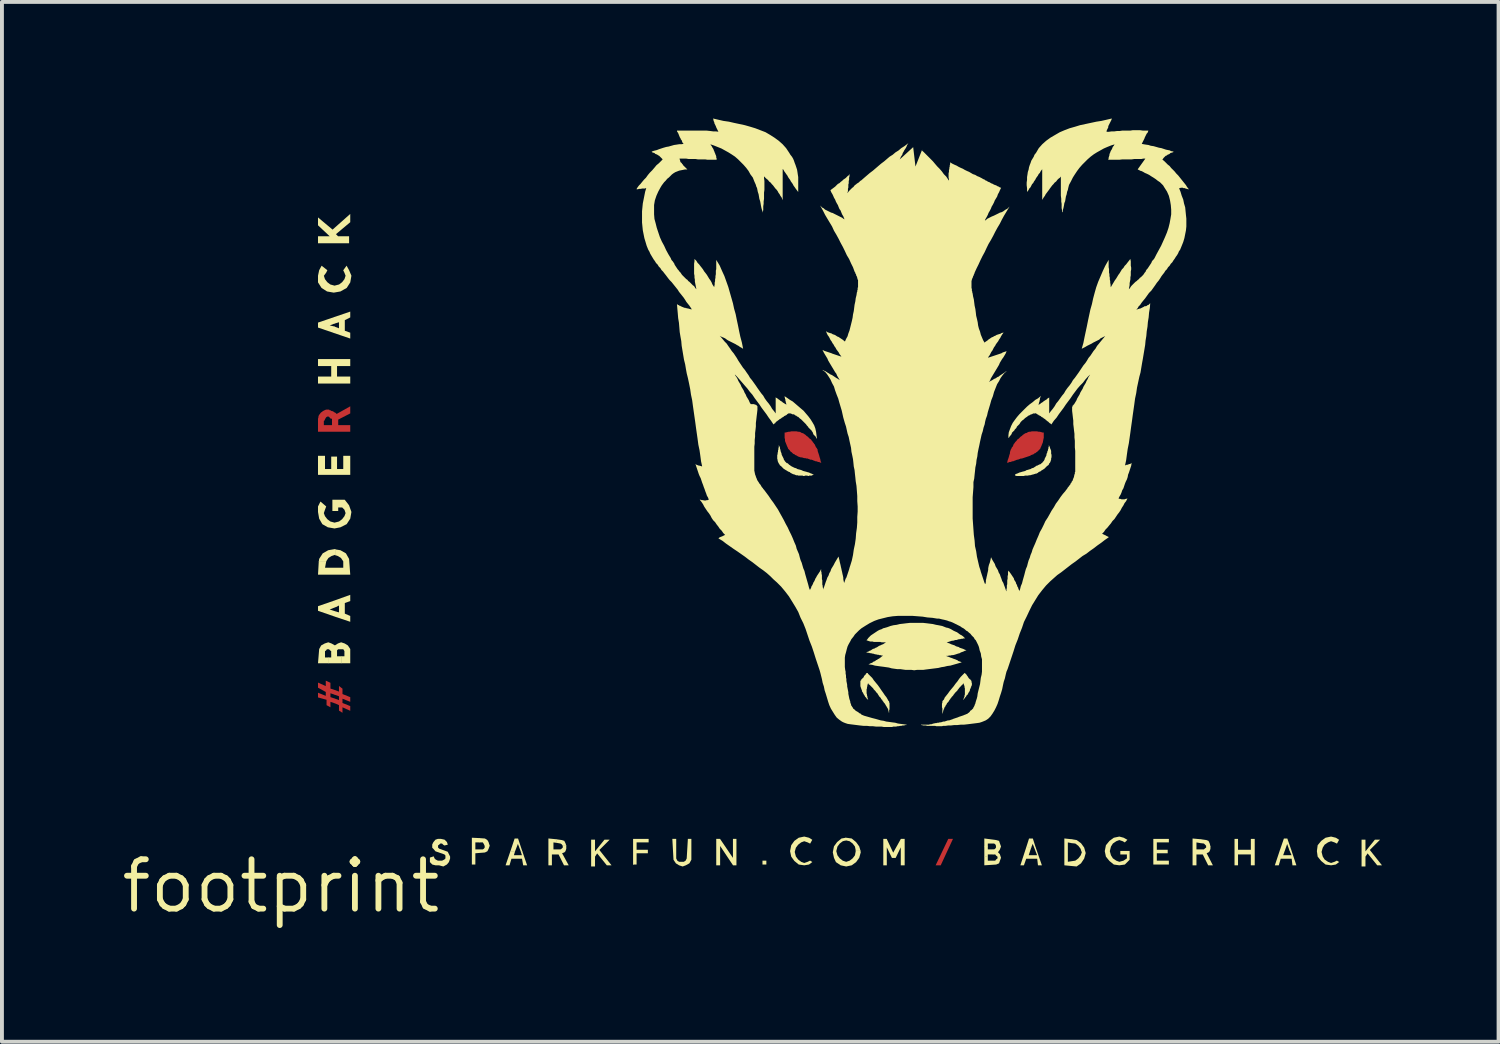
<source format=kicad_pcb>
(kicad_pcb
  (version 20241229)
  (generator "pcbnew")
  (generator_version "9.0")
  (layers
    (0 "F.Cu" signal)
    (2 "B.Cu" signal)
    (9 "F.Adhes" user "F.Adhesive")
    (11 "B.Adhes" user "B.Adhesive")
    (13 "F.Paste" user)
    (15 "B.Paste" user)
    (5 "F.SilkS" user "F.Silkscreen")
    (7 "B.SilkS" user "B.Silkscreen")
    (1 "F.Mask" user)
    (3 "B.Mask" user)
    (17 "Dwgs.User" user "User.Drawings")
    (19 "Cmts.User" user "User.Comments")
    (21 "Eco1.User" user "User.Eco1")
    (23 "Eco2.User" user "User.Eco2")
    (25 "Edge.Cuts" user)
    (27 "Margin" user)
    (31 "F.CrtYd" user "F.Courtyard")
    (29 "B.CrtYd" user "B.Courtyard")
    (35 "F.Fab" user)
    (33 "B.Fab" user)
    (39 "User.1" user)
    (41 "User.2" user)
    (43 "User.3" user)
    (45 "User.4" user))
  (footprint "footprint"
    (layer "F.Cu")
    (at 4.18 19.757)
    (property "Reference" "footprint" (at 0 0 0) (layer "F.SilkS") (effects (font (size 1.27 1.27) (thickness 0.15))))
    (fp_poly (pts (xy 16.983 -0.535) (xy 16.852 -0.535) (xy 17.177 -1.215) (xy 17.298 -1.215)) (stroke (width 0) (type solid)) (fill yes) (layer "F.Cu"))
    (fp_poly (pts (xy 1.275 -5.233) (xy 1.275 -5.084) (xy 1.395 -5.044) (xy 1.395 -4.923) (xy 1.275 -4.963) (xy 1.275 -4.864) (xy 1.395 -4.824) (xy 1.395 -4.703) (xy 1.275 -4.743) (xy 1.275 -4.602) (xy 1.175 -4.657) (xy 1.175 -4.796) (xy 0.955 -4.856) (xy 0.955 -4.977) (xy 1.155 -4.897) (xy 1.155 -4.997) (xy 0.955 -5.107) (xy 0.955 -5.238) (xy 1.155 -5.148) (xy 1.155 -5.288)) (stroke (width 0) (type solid)) (fill yes) (layer "F.Cu"))
    (fp_poly (pts (xy 1.585 -5.082) (xy 1.585 -4.943) (xy 1.785 -4.863) (xy 1.785 -4.743) (xy 1.585 -4.823) (xy 1.585 -4.713) (xy 1.785 -4.633) (xy 1.785 -4.512) (xy 1.585 -4.602) (xy 1.585 -4.461) (xy 1.495 -4.517) (xy 1.495 -4.657) (xy 1.385 -4.707) (xy 1.385 -4.827) (xy 1.495 -4.787) (xy 1.495 -4.886) (xy 1.385 -4.926) (xy 1.385 -5.047) (xy 1.495 -5.007) (xy 1.495 -5.15)) (stroke (width 0) (type solid)) (fill yes) (layer "F.Cu"))
    (fp_poly (pts (xy 1.785 -12.167) (xy 1.475 -12.007) (xy 1.475 -11.865) (xy 1.785 -11.865) (xy 1.785 -11.695) (xy 0.955 -11.695) (xy 0.955 -12.005) (xy 1.125 -12.005) (xy 1.125 -11.985) (xy 1.115 -11.985) (xy 1.115 -11.975) (xy 1.105 -11.975) (xy 1.105 -11.865) (xy 1.315 -11.865) (xy 1.315 -12.025) (xy 1.308 -12.025) (xy 1.298 -12.035) (xy 1.275 -12.035) (xy 1.275 -12.045) (xy 1.265 -12.045) (xy 1.265 -12.252) (xy 1.282 -12.235) (xy 1.291 -12.235) (xy 1.311 -12.225) (xy 1.332 -12.225) (xy 1.342 -12.215) (xy 1.352 -12.215) (xy 1.364 -12.204) (xy 1.372 -12.195) (xy 1.382 -12.195) (xy 1.392 -12.185) (xy 1.402 -12.185) (xy 1.414 -12.174) (xy 1.432 -12.155) (xy 1.439 -12.155) (xy 1.785 -12.349)) (stroke (width 0) (type solid)) (fill yes) (layer "F.Cu"))
    (fp_poly (pts (xy 1.245 -12.255) (xy 1.255 -12.255) (xy 1.255 -12.245) (xy 1.275 -12.245) (xy 1.275 -12.038) (xy 1.255 -12.058) (xy 1.255 -12.065) (xy 1.245 -12.065) (xy 1.245 -12.075) (xy 1.235 -12.075) (xy 1.235 -12.085) (xy 1.185 -12.085) (xy 1.185 -12.075) (xy 1.172 -12.075) (xy 1.165 -12.068) (xy 1.165 -12.055) (xy 1.155 -12.055) (xy 1.155 -12.048) (xy 1.145 -12.038) (xy 1.145 -12.028) (xy 1.135 -12.018) (xy 1.135 -12.005) (xy 1.125 -12.005) (xy 1.125 -11.995) (xy 0.955 -11.995) (xy 0.955 -12.031) (xy 0.965 -12.061) (xy 0.965 -12.081) (xy 0.975 -12.112) (xy 0.986 -12.133) (xy 1.006 -12.153) (xy 1.016 -12.173) (xy 1.037 -12.194) (xy 1.057 -12.204) (xy 1.077 -12.224) (xy 1.138 -12.255) (xy 1.169 -12.265) (xy 1.245 -12.265)) (stroke (width 0) (type solid)) (fill yes) (layer "F.Cu"))
    (fp_poly (pts (xy 19.501 -11.695) (xy 19.531 -11.695) (xy 19.571 -11.685) (xy 19.601 -11.675) (xy 19.635 -11.675) (xy 19.635 -11.529) (xy 19.625 -11.509) (xy 19.625 -11.479) (xy 19.615 -11.459) (xy 19.615 -11.429) (xy 19.605 -11.408) (xy 19.595 -11.378) (xy 19.585 -11.358) (xy 19.575 -11.328) (xy 19.555 -11.288) (xy 19.544 -11.257) (xy 19.524 -11.236) (xy 19.484 -11.196) (xy 19.463 -11.176) (xy 19.443 -11.166) (xy 19.423 -11.146) (xy 19.393 -11.136) (xy 19.373 -11.116) (xy 19.342 -11.105) (xy 19.312 -11.095) (xy 19.282 -11.075) (xy 19.252 -11.065) (xy 19.102 -11.015) (xy 19.071 -11.005) (xy 19.041 -11.005) (xy 19.022 -10.995) (xy 18.992 -10.985) (xy 18.971 -10.975) (xy 18.951 -10.975) (xy 18.922 -10.965) (xy 18.902 -10.955) (xy 18.872 -10.945) (xy 18.851 -10.935) (xy 18.831 -10.935) (xy 18.802 -10.925) (xy 18.781 -10.915) (xy 18.751 -10.915) (xy 18.732 -10.905) (xy 18.695 -10.893) (xy 18.695 -10.921) (xy 18.705 -10.941) (xy 18.705 -10.961) (xy 18.715 -10.982) (xy 18.735 -11.041) (xy 18.745 -11.081) (xy 18.755 -11.112) (xy 18.765 -11.141) (xy 18.765 -11.171) (xy 18.775 -11.202) (xy 18.785 -11.232) (xy 18.796 -11.253) (xy 18.805 -11.262) (xy 18.805 -11.271) (xy 18.816 -11.293) (xy 18.836 -11.313) (xy 18.845 -11.332) (xy 18.855 -11.362) (xy 18.866 -11.383) (xy 18.886 -11.403) (xy 18.896 -11.423) (xy 18.916 -11.444) (xy 18.936 -11.463) (xy 18.946 -11.483) (xy 18.967 -11.504) (xy 18.987 -11.514) (xy 19.026 -11.554) (xy 19.047 -11.574) (xy 19.067 -11.584) (xy 19.097 -11.614) (xy 19.127 -11.634) (xy 19.158 -11.655) (xy 19.198 -11.665) (xy 19.228 -11.685) (xy 19.259 -11.695) (xy 19.289 -11.695) (xy 19.329 -11.705) (xy 19.461 -11.705)) (stroke (width 0) (type solid)) (fill yes) (layer "F.Cu"))
    (fp_poly (pts (xy 13.311 -11.695) (xy 13.341 -11.695) (xy 13.372 -11.685) (xy 13.402 -11.665) (xy 13.442 -11.655) (xy 13.473 -11.634) (xy 13.503 -11.614) (xy 13.533 -11.584) (xy 13.553 -11.574) (xy 13.574 -11.554) (xy 13.613 -11.514) (xy 13.633 -11.504) (xy 13.654 -11.483) (xy 13.664 -11.463) (xy 13.684 -11.443) (xy 13.694 -11.423) (xy 13.714 -11.403) (xy 13.724 -11.383) (xy 13.744 -11.363) (xy 13.755 -11.332) (xy 13.774 -11.293) (xy 13.795 -11.272) (xy 13.795 -11.262) (xy 13.804 -11.253) (xy 13.815 -11.231) (xy 13.815 -11.201) (xy 13.845 -11.112) (xy 13.855 -11.081) (xy 13.865 -11.041) (xy 13.875 -11.012) (xy 13.885 -10.981) (xy 13.885 -10.961) (xy 13.895 -10.941) (xy 13.895 -10.922) (xy 13.905 -10.912) (xy 13.905 -10.892) (xy 13.878 -10.905) (xy 13.849 -10.915) (xy 13.829 -10.915) (xy 13.808 -10.925) (xy 13.779 -10.935) (xy 13.759 -10.935) (xy 13.738 -10.945) (xy 13.708 -10.955) (xy 13.688 -10.965) (xy 13.659 -10.975) (xy 13.629 -10.975) (xy 13.608 -10.985) (xy 13.578 -10.995) (xy 13.559 -11.005) (xy 13.529 -11.005) (xy 13.499 -11.015) (xy 13.469 -11.015) (xy 13.438 -11.025) (xy 13.409 -11.035) (xy 13.379 -11.035) (xy 13.348 -11.045) (xy 13.318 -11.055) (xy 13.297 -11.066) (xy 13.268 -11.085) (xy 13.237 -11.096) (xy 13.217 -11.116) (xy 13.187 -11.126) (xy 13.166 -11.146) (xy 13.147 -11.166) (xy 13.116 -11.186) (xy 13.096 -11.217) (xy 13.076 -11.236) (xy 13.056 -11.257) (xy 13.045 -11.288) (xy 13.025 -11.328) (xy 13.015 -11.358) (xy 13.005 -11.378) (xy 12.995 -11.408) (xy 12.985 -11.428) (xy 12.975 -11.459) (xy 12.975 -11.509) (xy 12.965 -11.529) (xy 12.965 -11.675) (xy 12.989 -11.675) (xy 13.029 -11.685) (xy 13.069 -11.695) (xy 13.099 -11.695) (xy 13.139 -11.705) (xy 13.271 -11.705)) (stroke (width 0) (type solid)) (fill yes) (layer "F.Cu"))
    (fp_poly (pts (xy 16.983 -0.535) (xy 16.852 -0.535) (xy 17.177 -1.215) (xy 17.298 -1.215)) (stroke (width 0) (type solid)) (fill yes) (layer "F.Mask"))
    (fp_poly (pts (xy 1.275 -5.233) (xy 1.275 -5.084) (xy 1.395 -5.044) (xy 1.395 -4.923) (xy 1.275 -4.963) (xy 1.275 -4.864) (xy 1.395 -4.824) (xy 1.395 -4.703) (xy 1.275 -4.743) (xy 1.275 -4.602) (xy 1.175 -4.657) (xy 1.175 -4.796) (xy 0.955 -4.856) (xy 0.955 -4.977) (xy 1.155 -4.897) (xy 1.155 -4.997) (xy 0.955 -5.107) (xy 0.955 -5.238) (xy 1.155 -5.148) (xy 1.155 -5.288)) (stroke (width 0) (type solid)) (fill yes) (layer "F.Mask"))
    (fp_poly (pts (xy 1.585 -5.082) (xy 1.585 -4.943) (xy 1.785 -4.863) (xy 1.785 -4.743) (xy 1.585 -4.823) (xy 1.585 -4.713) (xy 1.785 -4.633) (xy 1.785 -4.512) (xy 1.585 -4.602) (xy 1.585 -4.461) (xy 1.495 -4.517) (xy 1.495 -4.657) (xy 1.385 -4.707) (xy 1.385 -4.827) (xy 1.495 -4.787) (xy 1.495 -4.886) (xy 1.385 -4.926) (xy 1.385 -5.047) (xy 1.495 -5.007) (xy 1.495 -5.15)) (stroke (width 0) (type solid)) (fill yes) (layer "F.Mask"))
    (fp_poly (pts (xy 1.785 -12.167) (xy 1.475 -12.007) (xy 1.475 -11.865) (xy 1.785 -11.865) (xy 1.785 -11.695) (xy 0.955 -11.695) (xy 0.955 -12.005) (xy 1.125 -12.005) (xy 1.125 -11.985) (xy 1.115 -11.985) (xy 1.115 -11.975) (xy 1.105 -11.975) (xy 1.105 -11.865) (xy 1.315 -11.865) (xy 1.315 -12.025) (xy 1.308 -12.025) (xy 1.298 -12.035) (xy 1.275 -12.035) (xy 1.275 -12.045) (xy 1.265 -12.045) (xy 1.265 -12.252) (xy 1.282 -12.235) (xy 1.291 -12.235) (xy 1.311 -12.225) (xy 1.332 -12.225) (xy 1.342 -12.215) (xy 1.352 -12.215) (xy 1.364 -12.204) (xy 1.372 -12.195) (xy 1.382 -12.195) (xy 1.392 -12.185) (xy 1.402 -12.185) (xy 1.414 -12.174) (xy 1.432 -12.155) (xy 1.439 -12.155) (xy 1.785 -12.349)) (stroke (width 0) (type solid)) (fill yes) (layer "F.Mask"))
    (fp_poly (pts (xy 1.245 -12.255) (xy 1.255 -12.255) (xy 1.255 -12.245) (xy 1.275 -12.245) (xy 1.275 -12.038) (xy 1.255 -12.058) (xy 1.255 -12.065) (xy 1.245 -12.065) (xy 1.245 -12.075) (xy 1.235 -12.075) (xy 1.235 -12.085) (xy 1.185 -12.085) (xy 1.185 -12.075) (xy 1.172 -12.075) (xy 1.165 -12.068) (xy 1.165 -12.055) (xy 1.155 -12.055) (xy 1.155 -12.048) (xy 1.145 -12.038) (xy 1.145 -12.028) (xy 1.135 -12.018) (xy 1.135 -12.005) (xy 1.125 -12.005) (xy 1.125 -11.995) (xy 0.955 -11.995) (xy 0.955 -12.031) (xy 0.965 -12.061) (xy 0.965 -12.081) (xy 0.975 -12.112) (xy 0.986 -12.133) (xy 1.006 -12.153) (xy 1.016 -12.173) (xy 1.037 -12.194) (xy 1.057 -12.204) (xy 1.077 -12.224) (xy 1.138 -12.255) (xy 1.169 -12.265) (xy 1.245 -12.265)) (stroke (width 0) (type solid)) (fill yes) (layer "F.Mask"))
    (fp_poly (pts (xy 19.501 -11.695) (xy 19.531 -11.695) (xy 19.571 -11.685) (xy 19.601 -11.675) (xy 19.635 -11.675) (xy 19.635 -11.529) (xy 19.625 -11.509) (xy 19.625 -11.479) (xy 19.615 -11.459) (xy 19.615 -11.429) (xy 19.605 -11.408) (xy 19.595 -11.378) (xy 19.585 -11.358) (xy 19.575 -11.328) (xy 19.555 -11.288) (xy 19.544 -11.257) (xy 19.524 -11.236) (xy 19.484 -11.196) (xy 19.463 -11.176) (xy 19.443 -11.166) (xy 19.423 -11.146) (xy 19.393 -11.136) (xy 19.373 -11.116) (xy 19.342 -11.105) (xy 19.312 -11.095) (xy 19.282 -11.075) (xy 19.252 -11.065) (xy 19.102 -11.015) (xy 19.071 -11.005) (xy 19.041 -11.005) (xy 19.022 -10.995) (xy 18.992 -10.985) (xy 18.971 -10.975) (xy 18.951 -10.975) (xy 18.922 -10.965) (xy 18.902 -10.955) (xy 18.872 -10.945) (xy 18.851 -10.935) (xy 18.831 -10.935) (xy 18.802 -10.925) (xy 18.781 -10.915) (xy 18.751 -10.915) (xy 18.732 -10.905) (xy 18.695 -10.893) (xy 18.695 -10.921) (xy 18.705 -10.941) (xy 18.705 -10.961) (xy 18.715 -10.982) (xy 18.735 -11.041) (xy 18.745 -11.081) (xy 18.755 -11.112) (xy 18.765 -11.141) (xy 18.765 -11.171) (xy 18.775 -11.202) (xy 18.785 -11.232) (xy 18.796 -11.253) (xy 18.805 -11.262) (xy 18.805 -11.271) (xy 18.816 -11.293) (xy 18.836 -11.313) (xy 18.845 -11.332) (xy 18.855 -11.362) (xy 18.866 -11.383) (xy 18.886 -11.403) (xy 18.896 -11.423) (xy 18.916 -11.444) (xy 18.936 -11.463) (xy 18.946 -11.483) (xy 18.967 -11.504) (xy 18.987 -11.514) (xy 19.026 -11.554) (xy 19.047 -11.574) (xy 19.067 -11.584) (xy 19.097 -11.614) (xy 19.127 -11.634) (xy 19.158 -11.655) (xy 19.198 -11.665) (xy 19.228 -11.685) (xy 19.259 -11.695) (xy 19.289 -11.695) (xy 19.329 -11.705) (xy 19.461 -11.705)) (stroke (width 0) (type solid)) (fill yes) (layer "F.Mask"))
    (fp_poly (pts (xy 13.311 -11.695) (xy 13.341 -11.695) (xy 13.372 -11.685) (xy 13.402 -11.665) (xy 13.442 -11.655) (xy 13.473 -11.634) (xy 13.503 -11.614) (xy 13.533 -11.584) (xy 13.553 -11.574) (xy 13.574 -11.554) (xy 13.613 -11.514) (xy 13.633 -11.504) (xy 13.654 -11.483) (xy 13.664 -11.463) (xy 13.684 -11.443) (xy 13.694 -11.423) (xy 13.714 -11.403) (xy 13.724 -11.383) (xy 13.744 -11.363) (xy 13.755 -11.332) (xy 13.774 -11.293) (xy 13.795 -11.272) (xy 13.795 -11.262) (xy 13.804 -11.253) (xy 13.815 -11.231) (xy 13.815 -11.201) (xy 13.845 -11.112) (xy 13.855 -11.081) (xy 13.865 -11.041) (xy 13.875 -11.012) (xy 13.885 -10.981) (xy 13.885 -10.961) (xy 13.895 -10.941) (xy 13.895 -10.922) (xy 13.905 -10.912) (xy 13.905 -10.892) (xy 13.878 -10.905) (xy 13.849 -10.915) (xy 13.829 -10.915) (xy 13.808 -10.925) (xy 13.779 -10.935) (xy 13.759 -10.935) (xy 13.738 -10.945) (xy 13.708 -10.955) (xy 13.688 -10.965) (xy 13.659 -10.975) (xy 13.629 -10.975) (xy 13.608 -10.985) (xy 13.578 -10.995) (xy 13.559 -11.005) (xy 13.529 -11.005) (xy 13.499 -11.015) (xy 13.469 -11.015) (xy 13.438 -11.025) (xy 13.409 -11.035) (xy 13.379 -11.035) (xy 13.348 -11.045) (xy 13.318 -11.055) (xy 13.297 -11.066) (xy 13.268 -11.085) (xy 13.237 -11.096) (xy 13.217 -11.116) (xy 13.187 -11.126) (xy 13.166 -11.146) (xy 13.147 -11.166) (xy 13.116 -11.186) (xy 13.096 -11.217) (xy 13.076 -11.236) (xy 13.056 -11.257) (xy 13.045 -11.288) (xy 13.025 -11.328) (xy 13.015 -11.358) (xy 13.005 -11.378) (xy 12.995 -11.408) (xy 12.985 -11.428) (xy 12.975 -11.459) (xy 12.975 -11.509) (xy 12.965 -11.529) (xy 12.965 -11.675) (xy 12.989 -11.675) (xy 13.029 -11.685) (xy 13.069 -11.695) (xy 13.099 -11.695) (xy 13.139 -11.705) (xy 13.271 -11.705)) (stroke (width 0) (type solid)) (fill yes) (layer "F.Mask"))
    (fp_poly (pts (xy 12.495 -0.555) (xy 12.395 -0.555) (xy 12.395 -0.655) (xy 12.495 -0.655)) (stroke (width 0) (type solid)) (fill yes) (layer "F.SilkS"))
    (fp_poly (pts (xy 1.375 -14.477) (xy 1.257 -14.431) (xy 1.375 -14.404) (xy 1.375 -14.233) (xy 0.955 -14.376) (xy 0.955 -14.504) (xy 1.375 -14.647)) (stroke (width 0) (type solid)) (fill yes) (layer "F.SilkS"))
    (fp_poly (pts (xy 1.425 -7.187) (xy 1.255 -7.12) (xy 1.425 -7.064) (xy 1.425 -6.923) (xy 0.955 -7.086) (xy 0.955 -7.204) (xy 1.425 -7.367)) (stroke (width 0) (type solid)) (fill yes) (layer "F.SilkS"))
    (fp_poly (pts (xy 6.217 -0.885) (xy 6.177 -0.885) (xy 6.1 -1.086) (xy 6.023 -0.885) (xy 5.903 -0.885) (xy 6.016 -1.225) (xy 6.104 -1.225)) (stroke (width 0) (type solid)) (fill yes) (layer "F.SilkS"))
    (fp_poly (pts (xy 19.427 -0.995) (xy 19.387 -0.995) (xy 19.35 -1.087) (xy 19.313 -0.995) (xy 19.183 -0.995) (xy 19.256 -1.225) (xy 19.354 -1.225)) (stroke (width 0) (type solid)) (fill yes) (layer "F.SilkS"))
    (fp_poly (pts (xy 26.007 -0.925) (xy 25.956 -0.925) (xy 25.9 -1.085) (xy 25.844 -0.925) (xy 25.713 -0.925) (xy 25.816 -1.225) (xy 25.904 -1.225)) (stroke (width 0) (type solid)) (fill yes) (layer "F.SilkS"))
    (fp_poly (pts (xy 1.445 -5.915) (xy 1.565 -5.915) (xy 1.565 -5.735) (xy 1.215 -5.735) (xy 1.215 -5.885) (xy 1.295 -5.885) (xy 1.295 -6.005) (xy 1.445 -6.005)) (stroke (width 0) (type solid)) (fill yes) (layer "F.SilkS"))
    (fp_poly (pts (xy 18.195 -0.945) (xy 18.335 -0.945) (xy 18.335 -0.815) (xy 18.195 -0.815) (xy 18.195 -0.755) (xy 18.105 -0.755) (xy 18.105 -1.015) (xy 18.195 -1.015)) (stroke (width 0) (type solid)) (fill yes) (layer "F.SilkS"))
    (fp_poly (pts (xy 5.252 -1.225) (xy 5.314 -1.184) (xy 5.345 -1.132) (xy 5.367 -1.055) (xy 5.237 -1.055) (xy 5.226 -1.078) (xy 5.197 -1.125) (xy 5.115 -1.125) (xy 5.115 -1.235)) (stroke (width 0) (type solid)) (fill yes) (layer "F.SilkS"))
    (fp_poly (pts (xy 7.231 -1.185) (xy 7.294 -1.164) (xy 7.325 -1.102) (xy 7.347 -1.035) (xy 7.258 -1.035) (xy 7.227 -1.076) (xy 7.198 -1.095) (xy 7.085 -1.116) (xy 7.085 -1.206)) (stroke (width 0) (type solid)) (fill yes) (layer "F.SilkS"))
    (fp_poly (pts (xy 11.635 -0.726) (xy 11.635 -1.215) (xy 11.725 -1.215) (xy 11.725 -0.535) (xy 11.637 -0.535) (xy 11.305 -1.033) (xy 11.305 -0.535) (xy 11.205 -0.535) (xy 11.205 -1.215) (xy 11.303 -1.215)) (stroke (width 0) (type solid)) (fill yes) (layer "F.SilkS"))
    (fp_poly (pts (xy 20.482 -1.185) (xy 20.594 -1.104) (xy 20.675 -0.992) (xy 20.697 -0.915) (xy 20.596 -0.915) (xy 20.585 -0.958) (xy 20.526 -1.036) (xy 20.448 -1.095) (xy 20.355 -1.106) (xy 20.355 -1.206)) (stroke (width 0) (type solid)) (fill yes) (layer "F.SilkS"))
    (fp_poly (pts (xy 23.821 -1.185) (xy 23.874 -1.164) (xy 23.905 -1.102) (xy 23.925 -1.021) (xy 23.925 -1.005) (xy 23.815 -1.005) (xy 23.815 -1.038) (xy 23.758 -1.095) (xy 23.675 -1.106) (xy 23.675 -1.206)) (stroke (width 0) (type solid)) (fill yes) (layer "F.SilkS"))
    (fp_poly (pts (xy 1.135 -10.735) (xy 1.295 -10.735) (xy 1.295 -11.055) (xy 1.445 -11.055) (xy 1.445 -10.735) (xy 1.605 -10.735) (xy 1.605 -11.075) (xy 1.785 -11.075) (xy 1.785 -10.585) (xy 0.955 -10.585) (xy 0.955 -11.075) (xy 1.135 -11.075)) (stroke (width 0) (type solid)) (fill yes) (layer "F.SilkS"))
    (fp_poly (pts (xy 1.415 -8.663) (xy 1.415 -8.512) (xy 1.39 -8.525) (xy 1.302 -8.495) (xy 1.224 -8.446) (xy 1.165 -8.358) (xy 1.165 -8.345) (xy 0.974 -8.345) (xy 0.985 -8.422) (xy 1.076 -8.564) (xy 1.218 -8.645) (xy 1.391 -8.675)) (stroke (width 0) (type solid)) (fill yes) (layer "F.SilkS"))
    (fp_poly (pts (xy 1.785 -17.088) (xy 1.417 -16.78) (xy 1.472 -16.725) (xy 1.755 -16.725) (xy 1.755 -16.545) (xy 0.955 -16.545) (xy 0.955 -16.725) (xy 1.257 -16.725) (xy 0.955 -17.008) (xy 0.955 -17.211) (xy 1.33 -16.897) (xy 1.785 -17.301)) (stroke (width 0) (type solid)) (fill yes) (layer "F.SilkS"))
    (fp_poly (pts (xy 1.785 -14.637) (xy 1.645 -14.567) (xy 1.645 -14.294) (xy 1.785 -14.244) (xy 1.785 -14.093) (xy 1.365 -14.236) (xy 1.365 -14.407) (xy 1.495 -14.357) (xy 1.495 -14.513) (xy 1.365 -14.473) (xy 1.365 -14.644) (xy 1.785 -14.787)) (stroke (width 0) (type solid)) (fill yes) (layer "F.SilkS"))
    (fp_poly (pts (xy 1.785 -13.385) (xy 1.445 -13.385) (xy 1.445 -13.115) (xy 1.785 -13.115) (xy 1.785 -12.935) (xy 0.955 -12.935) (xy 0.955 -13.115) (xy 1.295 -13.115) (xy 1.295 -13.385) (xy 0.955 -13.385) (xy 0.955 -13.565) (xy 1.785 -13.565)) (stroke (width 0) (type solid)) (fill yes) (layer "F.SilkS"))
    (fp_poly (pts (xy 1.785 -7.336) (xy 1.645 -7.286) (xy 1.645 -7.013) (xy 1.785 -6.953) (xy 1.785 -6.803) (xy 1.415 -6.926) (xy 1.415 -7.066) (xy 1.495 -7.046) (xy 1.495 -7.222) (xy 1.415 -7.182) (xy 1.415 -7.364) (xy 1.785 -7.497)) (stroke (width 0) (type solid)) (fill yes) (layer "F.SilkS"))
    (fp_poly (pts (xy 5.997 -0.795) (xy 6.203 -0.795) (xy 6.173 -0.895) (xy 6.214 -0.895) (xy 6.337 -0.535) (xy 6.236 -0.535) (xy 6.206 -0.705) (xy 5.934 -0.705) (xy 5.884 -0.535) (xy 5.783 -0.535) (xy 5.906 -0.895) (xy 6.027 -0.895)) (stroke (width 0) (type solid)) (fill yes) (layer "F.SilkS"))
    (fp_poly (pts (xy 8.085 -0.894) (xy 8.328 -1.195) (xy 8.462 -1.195) (xy 8.197 -0.93) (xy 8.51 -0.535) (xy 8.388 -0.535) (xy 8.14 -0.842) (xy 8.085 -0.758) (xy 8.085 -0.505) (xy 7.985 -0.505) (xy 7.985 -1.195) (xy 8.085 -1.195)) (stroke (width 0) (type solid)) (fill yes) (layer "F.SilkS"))
    (fp_poly (pts (xy 9.465 -1.125) (xy 9.155 -1.125) (xy 9.155 -0.935) (xy 9.445 -0.935) (xy 9.445 -0.845) (xy 9.155 -0.845) (xy 9.155 -0.555) (xy 9.075 -0.555) (xy 9.075 -0.545) (xy 9.065 -0.545) (xy 9.065 -1.215) (xy 9.465 -1.215)) (stroke (width 0) (type solid)) (fill yes) (layer "F.SilkS"))
    (fp_poly (pts (xy 14.692 -1.225) (xy 14.804 -1.133) (xy 14.885 -1.022) (xy 14.917 -0.915) (xy 14.796 -0.915) (xy 14.775 -1.018) (xy 14.716 -1.096) (xy 14.638 -1.155) (xy 14.549 -1.175) (xy 14.535 -1.175) (xy 14.535 -1.245) (xy 14.55 -1.245)) (stroke (width 0) (type solid)) (fill yes) (layer "F.SilkS"))
    (fp_poly (pts (xy 19.247 -0.795) (xy 19.463 -0.795) (xy 19.383 -1.005) (xy 19.424 -1.005) (xy 19.587 -0.535) (xy 19.486 -0.535) (xy 19.466 -0.705) (xy 19.184 -0.705) (xy 19.124 -0.535) (xy 19.033 -0.535) (xy 19.186 -1.005) (xy 19.317 -1.005)) (stroke (width 0) (type solid)) (fill yes) (layer "F.SilkS"))
    (fp_poly (pts (xy 22.855 -1.125) (xy 22.545 -1.125) (xy 22.545 -0.935) (xy 22.825 -0.935) (xy 22.825 -0.845) (xy 22.545 -0.845) (xy 22.545 -0.655) (xy 22.855 -0.655) (xy 22.855 -0.555) (xy 22.455 -0.555) (xy 22.455 -1.215) (xy 22.855 -1.215)) (stroke (width 0) (type solid)) (fill yes) (layer "F.SilkS"))
    (fp_poly (pts (xy 24.635 -0.935) (xy 24.965 -0.935) (xy 24.965 -1.215) (xy 25.065 -1.215) (xy 25.065 -0.535) (xy 24.965 -0.535) (xy 24.965 -0.815) (xy 24.635 -0.815) (xy 24.635 -0.535) (xy 24.545 -0.535) (xy 24.545 -1.215) (xy 24.635 -1.215)) (stroke (width 0) (type solid)) (fill yes) (layer "F.SilkS"))
    (fp_poly (pts (xy 25.797 -0.795) (xy 26.012 -0.795) (xy 25.952 -0.935) (xy 26.004 -0.935) (xy 26.137 -0.535) (xy 26.036 -0.535) (xy 26.016 -0.705) (xy 25.734 -0.705) (xy 25.684 -0.535) (xy 25.583 -0.535) (xy 25.716 -0.935) (xy 25.847 -0.935)) (stroke (width 0) (type solid)) (fill yes) (layer "F.SilkS"))
    (fp_poly (pts (xy 27.915 -0.894) (xy 28.158 -1.195) (xy 28.292 -1.195) (xy 28.027 -0.93) (xy 28.34 -0.535) (xy 28.218 -0.535) (xy 27.97 -0.842) (xy 27.915 -0.758) (xy 27.915 -0.505) (xy 27.815 -0.505) (xy 27.815 -1.195) (xy 27.915 -1.195)) (stroke (width 0) (type solid)) (fill yes) (layer "F.SilkS"))
    (fp_poly (pts (xy 15.76 -0.861) (xy 15.957 -1.215) (xy 16.055 -1.215) (xy 16.055 -0.535) (xy 15.955 -0.535) (xy 15.955 -0.998) (xy 15.823 -0.725) (xy 15.727 -0.725) (xy 15.595 -0.998) (xy 15.595 -0.535) (xy 15.505 -0.535) (xy 15.505 -1.215) (xy 15.593 -1.215)) (stroke (width 0) (type solid)) (fill yes) (layer "F.SilkS"))
    (fp_poly (pts (xy 1.532 -8.645) (xy 1.674 -8.564) (xy 1.755 -8.421) (xy 1.785 -8.015) (xy 0.955 -8.015) (xy 0.975 -8.355) (xy 1.166 -8.355) (xy 1.136 -8.195) (xy 1.605 -8.195) (xy 1.605 -8.358) (xy 1.546 -8.446) (xy 1.468 -8.495) (xy 1.405 -8.516) (xy 1.405 -8.666)) (stroke (width 0) (type solid)) (fill yes) (layer "F.SilkS"))
    (fp_poly (pts (xy 20.365 -1.205) (xy 20.365 -1.104) (xy 20.255 -1.124) (xy 20.255 -0.626) (xy 20.448 -0.655) (xy 20.526 -0.714) (xy 20.586 -0.792) (xy 20.615 -0.87) (xy 20.593 -0.925) (xy 20.694 -0.925) (xy 20.715 -0.85) (xy 20.675 -0.708) (xy 20.594 -0.586) (xy 20.481 -0.505) (xy 20.165 -0.535) (xy 20.165 -1.226)) (stroke (width 0) (type solid)) (fill yes) (layer "F.SilkS"))
    (fp_poly (pts (xy 10.175 -0.711) (xy 10.204 -0.654) (xy 10.251 -0.625) (xy 10.369 -0.625) (xy 10.416 -0.654) (xy 10.445 -0.711) (xy 10.475 -1.215) (xy 10.565 -1.215) (xy 10.565 -0.679) (xy 10.514 -0.586) (xy 10.422 -0.535) (xy 10.34 -0.505) (xy 10.248 -0.535) (xy 10.166 -0.586) (xy 10.105 -0.678) (xy 10.075 -1.215) (xy 10.175 -1.215)) (stroke (width 0) (type solid)) (fill yes) (layer "F.SilkS"))
    (fp_poly (pts (xy 5.125 -1.235) (xy 5.125 -1.125) (xy 5.005 -1.125) (xy 5.005 -0.945) (xy 5.198 -0.945) (xy 5.226 -0.964) (xy 5.245 -0.992) (xy 5.245 -1.039) (xy 5.232 -1.065) (xy 5.363 -1.065) (xy 5.375 -1.04) (xy 5.345 -0.958) (xy 5.314 -0.896) (xy 5.251 -0.865) (xy 5.005 -0.845) (xy 5.005 -0.555) (xy 4.915 -0.555) (xy 4.915 -1.245)) (stroke (width 0) (type solid)) (fill yes) (layer "F.SilkS"))
    (fp_poly (pts (xy 7.095 -1.205) (xy 7.095 -1.114) (xy 7.015 -1.124) (xy 7.015 -0.945) (xy 7.198 -0.945) (xy 7.227 -0.964) (xy 7.255 -0.992) (xy 7.255 -1.045) (xy 7.345 -1.045) (xy 7.345 -0.959) (xy 7.324 -0.897) (xy 7.293 -0.866) (xy 7.237 -0.847) (xy 7.408 -0.535) (xy 7.287 -0.535) (xy 7.147 -0.815) (xy 6.975 -0.815) (xy 6.975 -0.535) (xy 6.885 -0.535) (xy 6.885 -1.226)) (stroke (width 0) (type solid)) (fill yes) (layer "F.SilkS"))
    (fp_poly (pts (xy 23.685 -1.205) (xy 23.685 -1.104) (xy 23.565 -1.124) (xy 23.565 -0.945) (xy 23.758 -0.945) (xy 23.777 -0.964) (xy 23.815 -0.993) (xy 23.815 -1.015) (xy 23.925 -1.015) (xy 23.925 -0.959) (xy 23.904 -0.897) (xy 23.873 -0.866) (xy 23.827 -0.847) (xy 23.988 -0.535) (xy 23.867 -0.535) (xy 23.727 -0.815) (xy 23.565 -0.815) (xy 23.565 -0.535) (xy 23.465 -0.535) (xy 23.465 -1.225)) (stroke (width 0) (type solid)) (fill yes) (layer "F.SilkS"))
    (fp_poly (pts (xy 1.755 -15.852) (xy 1.815 -15.711) (xy 1.785 -15.538) (xy 1.694 -15.396) (xy 1.532 -15.305) (xy 1.36 -15.275) (xy 1.188 -15.305) (xy 1.046 -15.396) (xy 0.955 -15.539) (xy 0.955 -15.711) (xy 0.985 -15.852) (xy 1.048 -15.968) (xy 1.196 -15.851) (xy 1.164 -15.787) (xy 1.106 -15.709) (xy 1.134 -15.622) (xy 1.194 -15.544) (xy 1.272 -15.485) (xy 1.38 -15.455) (xy 1.498 -15.485) (xy 1.576 -15.544) (xy 1.636 -15.622) (xy 1.665 -15.71) (xy 1.635 -15.788) (xy 1.604 -15.85) (xy 1.691 -15.969)) (stroke (width 0) (type solid)) (fill yes) (layer "F.SilkS"))
    (fp_poly (pts (xy 13.592 -1.245) (xy 13.677 -1.192) (xy 13.622 -1.093) (xy 13.558 -1.125) (xy 13.47 -1.155) (xy 13.392 -1.126) (xy 13.314 -1.066) (xy 13.255 -0.988) (xy 13.225 -0.88) (xy 13.255 -0.762) (xy 13.314 -0.684) (xy 13.392 -0.624) (xy 13.47 -0.595) (xy 13.558 -0.625) (xy 13.62 -0.656) (xy 13.679 -0.62) (xy 13.592 -0.555) (xy 13.47 -0.535) (xy 13.328 -0.555) (xy 13.216 -0.647) (xy 13.135 -0.758) (xy 13.105 -0.9) (xy 13.135 -1.052) (xy 13.216 -1.164) (xy 13.328 -1.245) (xy 13.47 -1.275)) (stroke (width 0) (type solid)) (fill yes) (layer "F.SilkS"))
    (fp_poly (pts (xy 27.152 -1.245) (xy 27.237 -1.192) (xy 27.182 -1.093) (xy 27.118 -1.125) (xy 27.03 -1.155) (xy 26.952 -1.126) (xy 26.864 -1.066) (xy 26.815 -0.988) (xy 26.785 -0.88) (xy 26.815 -0.762) (xy 26.864 -0.684) (xy 26.952 -0.624) (xy 27.03 -0.595) (xy 27.118 -0.625) (xy 27.18 -0.656) (xy 27.239 -0.62) (xy 27.152 -0.555) (xy 27.03 -0.535) (xy 26.888 -0.555) (xy 26.776 -0.646) (xy 26.685 -0.758) (xy 26.665 -0.9) (xy 26.685 -1.052) (xy 26.777 -1.164) (xy 26.888 -1.245) (xy 27.03 -1.275)) (stroke (width 0) (type solid)) (fill yes) (layer "F.SilkS"))
    (fp_poly (pts (xy 14.545 -1.176) (xy 14.462 -1.155) (xy 14.384 -1.096) (xy 14.325 -1.018) (xy 14.295 -0.9) (xy 14.325 -0.792) (xy 14.384 -0.714) (xy 14.462 -0.654) (xy 14.55 -0.625) (xy 14.638 -0.654) (xy 14.716 -0.714) (xy 14.775 -0.792) (xy 14.795 -0.9) (xy 14.795 -0.925) (xy 14.914 -0.925) (xy 14.925 -0.87) (xy 14.885 -0.728) (xy 14.804 -0.616) (xy 14.692 -0.535) (xy 14.55 -0.505) (xy 14.408 -0.535) (xy 14.286 -0.617) (xy 14.235 -0.728) (xy 14.205 -0.87) (xy 14.235 -1.022) (xy 14.316 -1.133) (xy 14.428 -1.225) (xy 14.545 -1.246)) (stroke (width 0) (type solid)) (fill yes) (layer "F.SilkS"))
    (fp_poly (pts (xy 1.754 -9.802) (xy 1.815 -9.63) (xy 1.785 -9.458) (xy 1.693 -9.316) (xy 1.532 -9.235) (xy 1.38 -9.205) (xy 1.208 -9.235) (xy 1.066 -9.316) (xy 0.985 -9.458) (xy 0.955 -9.63) (xy 0.955 -9.771) (xy 1.018 -9.898) (xy 1.166 -9.772) (xy 1.135 -9.688) (xy 1.105 -9.6) (xy 1.134 -9.522) (xy 1.194 -9.444) (xy 1.272 -9.385) (xy 1.38 -9.355) (xy 1.498 -9.385) (xy 1.576 -9.444) (xy 1.636 -9.522) (xy 1.665 -9.6) (xy 1.636 -9.687) (xy 1.578 -9.745) (xy 1.475 -9.745) (xy 1.475 -9.655) (xy 1.325 -9.655) (xy 1.325 -9.945) (xy 1.642 -9.945)) (stroke (width 0) (type solid)) (fill yes) (layer "F.SilkS"))
    (fp_poly (pts (xy 21.692 -1.245) (xy 21.788 -1.191) (xy 21.721 -1.124) (xy 21.668 -1.155) (xy 21.58 -1.185) (xy 21.502 -1.156) (xy 21.414 -1.096) (xy 21.365 -1.018) (xy 21.335 -0.9) (xy 21.365 -0.792) (xy 21.414 -0.714) (xy 21.502 -0.654) (xy 21.58 -0.625) (xy 21.688 -0.655) (xy 21.775 -0.713) (xy 21.775 -0.815) (xy 21.605 -0.815) (xy 21.605 -0.905) (xy 21.845 -0.905) (xy 21.845 -0.678) (xy 21.722 -0.555) (xy 21.58 -0.535) (xy 21.438 -0.555) (xy 21.326 -0.646) (xy 21.235 -0.758) (xy 21.205 -0.9) (xy 21.235 -1.052) (xy 21.327 -1.164) (xy 21.438 -1.245) (xy 21.58 -1.275)) (stroke (width 0) (type solid)) (fill yes) (layer "F.SilkS"))
    (fp_poly (pts (xy 1.642 -6.245) (xy 1.724 -6.194) (xy 1.785 -6.102) (xy 1.785 -5.735) (xy 1.555 -5.735) (xy 1.555 -5.915) (xy 1.635 -5.915) (xy 1.635 -6.049) (xy 1.607 -6.095) (xy 1.472 -6.095) (xy 1.445 -6.068) (xy 1.445 -5.995) (xy 1.295 -5.995) (xy 1.295 -6.047) (xy 1.267 -6.066) (xy 1.238 -6.095) (xy 1.183 -6.095) (xy 1.164 -6.066) (xy 1.135 -6.047) (xy 1.135 -5.885) (xy 1.225 -5.885) (xy 1.225 -5.735) (xy 0.955 -5.735) (xy 0.985 -6.101) (xy 1.036 -6.194) (xy 1.128 -6.245) (xy 1.22 -6.275) (xy 1.302 -6.245) (xy 1.39 -6.196) (xy 1.468 -6.245) (xy 1.55 -6.275)) (stroke (width 0) (type solid)) (fill yes) (layer "F.SilkS"))
    (fp_poly (pts (xy 18.411 -1.185) (xy 18.484 -1.164) (xy 18.505 -1.102) (xy 18.535 -1.02) (xy 18.504 -0.938) (xy 18.457 -0.871) (xy 18.504 -0.823) (xy 18.535 -0.73) (xy 18.505 -0.648) (xy 18.484 -0.586) (xy 18.411 -0.555) (xy 18.105 -0.535) (xy 18.105 -0.765) (xy 18.195 -0.765) (xy 18.195 -0.655) (xy 18.387 -0.655) (xy 18.406 -0.683) (xy 18.445 -0.713) (xy 18.445 -0.757) (xy 18.406 -0.787) (xy 18.387 -0.815) (xy 18.325 -0.815) (xy 18.325 -0.945) (xy 18.358 -0.945) (xy 18.386 -0.964) (xy 18.405 -0.992) (xy 18.405 -1.039) (xy 18.386 -1.077) (xy 18.358 -1.095) (xy 18.195 -1.095) (xy 18.195 -1.005) (xy 18.105 -1.005) (xy 18.105 -1.226)) (stroke (width 0) (type solid)) (fill yes) (layer "F.SilkS"))
    (fp_poly (pts (xy 4.213 -1.195) (xy 4.274 -1.133) (xy 4.296 -1.066) (xy 4.209 -1.045) (xy 4.177 -1.066) (xy 4.148 -1.095) (xy 4.102 -1.095) (xy 4.073 -1.066) (xy 4.045 -1.047) (xy 4.045 -0.992) (xy 4.073 -0.964) (xy 4.294 -0.884) (xy 4.355 -0.761) (xy 4.355 -0.709) (xy 4.324 -0.618) (xy 4.273 -0.556) (xy 4.181 -0.505) (xy 4.069 -0.535) (xy 3.979 -0.535) (xy 3.897 -0.555) (xy 3.835 -0.618) (xy 3.835 -0.734) (xy 3.933 -0.766) (xy 3.954 -0.713) (xy 3.983 -0.684) (xy 4.041 -0.655) (xy 4.149 -0.655) (xy 4.207 -0.684) (xy 4.235 -0.712) (xy 4.235 -0.788) (xy 4.207 -0.816) (xy 3.977 -0.896) (xy 3.926 -0.957) (xy 3.895 -0.988) (xy 3.895 -1.071) (xy 3.926 -1.133) (xy 3.977 -1.194) (xy 4.039 -1.215) (xy 4.121 -1.215)) (stroke (width 0) (type solid)) (fill yes) (layer "F.SilkS"))
    (fp_poly (pts (xy 12.845 -11.291) (xy 12.845 -11.261) (xy 12.855 -11.241) (xy 12.855 -11.221) (xy 12.865 -11.201) (xy 12.865 -11.181) (xy 12.885 -11.141) (xy 12.885 -11.121) (xy 12.895 -11.092) (xy 12.945 -10.991) (xy 12.945 -10.972) (xy 12.954 -10.964) (xy 12.964 -10.953) (xy 12.974 -10.933) (xy 13.022 -10.885) (xy 13.042 -10.885) (xy 13.054 -10.874) (xy 13.083 -10.844) (xy 13.103 -10.834) (xy 13.113 -10.824) (xy 13.143 -10.804) (xy 13.222 -10.765) (xy 13.262 -10.755) (xy 13.292 -10.735) (xy 13.331 -10.725) (xy 13.371 -10.715) (xy 13.402 -10.705) (xy 13.442 -10.685) (xy 13.481 -10.675) (xy 13.521 -10.665) (xy 13.551 -10.655) (xy 13.592 -10.645) (xy 13.632 -10.625) (xy 13.662 -10.615) (xy 13.721 -10.585) (xy 13.692 -10.585) (xy 13.682 -10.575) (xy 13.672 -10.575) (xy 13.662 -10.565) (xy 13.601 -10.565) (xy 13.581 -10.555) (xy 13.569 -10.555) (xy 13.549 -10.565) (xy 13.491 -10.565) (xy 13.471 -10.555) (xy 13.449 -10.555) (xy 13.429 -10.565) (xy 13.319 -10.565) (xy 13.299 -10.575) (xy 13.259 -10.575) (xy 13.219 -10.595) (xy 13.209 -10.595) (xy 13.178 -10.605) (xy 13.117 -10.636) (xy 13.097 -10.656) (xy 13.068 -10.665) (xy 13.047 -10.676) (xy 13.017 -10.696) (xy 12.997 -10.706) (xy 12.967 -10.726) (xy 12.947 -10.736) (xy 12.926 -10.756) (xy 12.867 -10.816) (xy 12.846 -10.826) (xy 12.836 -10.847) (xy 12.816 -10.877) (xy 12.795 -10.918) (xy 12.785 -10.949) (xy 12.785 -10.969) (xy 12.775 -10.999) (xy 12.775 -11.091) (xy 12.785 -11.121) (xy 12.785 -11.151) (xy 12.795 -11.181) (xy 12.795 -11.211) (xy 12.805 -11.241) (xy 12.805 -11.271) (xy 12.815 -11.301) (xy 12.815 -11.351)) (stroke (width 0) (type solid)) (fill yes) (layer "F.SilkS"))
    (fp_poly (pts (xy 19.785 -11.312) (xy 19.795 -11.282) (xy 19.805 -11.252) (xy 19.815 -11.232) (xy 19.825 -11.201) (xy 19.825 -11.131) (xy 19.835 -11.101) (xy 19.835 -11.039) (xy 19.825 -11.009) (xy 19.825 -10.979) (xy 19.815 -10.948) (xy 19.805 -10.918) (xy 19.794 -10.897) (xy 19.774 -10.877) (xy 19.764 -10.847) (xy 19.743 -10.826) (xy 19.723 -10.816) (xy 19.664 -10.756) (xy 19.643 -10.736) (xy 19.623 -10.726) (xy 19.593 -10.706) (xy 19.573 -10.696) (xy 19.553 -10.676) (xy 19.522 -10.665) (xy 19.503 -10.656) (xy 19.483 -10.636) (xy 19.441 -10.615) (xy 19.421 -10.615) (xy 19.401 -10.605) (xy 19.382 -10.605) (xy 19.372 -10.595) (xy 19.351 -10.595) (xy 19.331 -10.585) (xy 19.311 -10.585) (xy 19.291 -10.575) (xy 19.251 -10.575) (xy 19.231 -10.565) (xy 19.151 -10.565) (xy 19.121 -10.555) (xy 18.925 -10.555) (xy 18.925 -10.565) (xy 18.895 -10.565) (xy 18.895 -10.593) (xy 18.938 -10.615) (xy 18.968 -10.625) (xy 19.008 -10.645) (xy 19.049 -10.655) (xy 19.079 -10.665) (xy 19.119 -10.675) (xy 19.158 -10.685) (xy 19.188 -10.705) (xy 19.229 -10.715) (xy 19.259 -10.725) (xy 19.298 -10.735) (xy 19.328 -10.755) (xy 19.368 -10.765) (xy 19.458 -10.825) (xy 19.478 -10.825) (xy 19.487 -10.834) (xy 19.529 -10.855) (xy 19.539 -10.855) (xy 19.557 -10.864) (xy 19.566 -10.874) (xy 19.577 -10.884) (xy 19.596 -10.894) (xy 19.606 -10.913) (xy 19.616 -10.924) (xy 19.636 -10.943) (xy 19.646 -10.963) (xy 19.655 -10.972) (xy 19.655 -10.991) (xy 19.705 -11.091) (xy 19.705 -11.121) (xy 19.725 -11.161) (xy 19.725 -11.181) (xy 19.745 -11.221) (xy 19.745 -11.241) (xy 19.755 -11.261) (xy 19.755 -11.291) (xy 19.765 -11.311) (xy 19.765 -11.351)) (stroke (width 0) (type solid)) (fill yes) (layer "F.SilkS"))
    (fp_poly (pts (xy 15.114 -5.463) (xy 15.184 -5.394) (xy 15.224 -5.353) (xy 15.264 -5.293) (xy 15.314 -5.233) (xy 15.364 -5.173) (xy 15.414 -5.103) (xy 15.454 -5.043) (xy 15.504 -4.973) (xy 15.544 -4.913) (xy 15.584 -4.863) (xy 15.614 -4.812) (xy 15.634 -4.773) (xy 15.655 -4.752) (xy 15.655 -4.731) (xy 15.665 -4.711) (xy 15.665 -4.549) (xy 15.655 -4.529) (xy 15.655 -4.465) (xy 15.645 -4.465) (xy 15.645 -4.489) (xy 15.635 -4.509) (xy 15.635 -4.529) (xy 15.625 -4.558) (xy 15.616 -4.577) (xy 15.596 -4.607) (xy 15.586 -4.627) (xy 15.566 -4.657) (xy 15.556 -4.677) (xy 15.536 -4.707) (xy 15.516 -4.727) (xy 15.506 -4.747) (xy 15.486 -4.767) (xy 15.476 -4.796) (xy 15.456 -4.806) (xy 15.446 -4.828) (xy 15.436 -4.847) (xy 15.416 -4.866) (xy 15.396 -4.887) (xy 15.386 -4.907) (xy 15.366 -4.937) (xy 15.356 -4.957) (xy 15.336 -4.976) (xy 15.316 -4.997) (xy 15.306 -5.017) (xy 15.276 -5.046) (xy 15.256 -5.067) (xy 15.246 -5.087) (xy 15.148 -5.185) (xy 15.135 -5.185) (xy 15.135 -5.195) (xy 15.125 -5.195) (xy 15.125 -5.208) (xy 15.112 -5.221) (xy 15.095 -5.169) (xy 15.095 -5.149) (xy 15.085 -5.119) (xy 15.085 -5.089) (xy 15.075 -5.069) (xy 15.075 -4.961) (xy 15.085 -4.931) (xy 15.085 -4.911) (xy 15.095 -4.881) (xy 15.095 -4.861) (xy 15.105 -4.832) (xy 15.116 -4.797) (xy 15.108 -4.794) (xy 15.096 -4.816) (xy 15.076 -4.826) (xy 15.066 -4.847) (xy 15.046 -4.866) (xy 15.036 -4.877) (xy 15.016 -4.917) (xy 15.006 -4.927) (xy 14.976 -4.987) (xy 14.966 -4.997) (xy 14.955 -5.019) (xy 14.955 -5.039) (xy 14.935 -5.079) (xy 14.935 -5.098) (xy 14.925 -5.108) (xy 14.925 -5.128) (xy 14.915 -5.138) (xy 14.915 -5.285) (xy 14.925 -5.285) (xy 14.925 -5.295) (xy 14.935 -5.295) (xy 14.935 -5.312) (xy 14.946 -5.324) (xy 15.005 -5.382) (xy 15.005 -5.402) (xy 15.016 -5.414) (xy 15.055 -5.452) (xy 15.055 -5.462) (xy 15.066 -5.474) (xy 15.078 -5.485) (xy 15.103 -5.485)) (stroke (width 0) (type solid)) (fill yes) (layer "F.SilkS"))
    (fp_poly (pts (xy 17.614 -5.474) (xy 17.644 -5.444) (xy 17.655 -5.432) (xy 17.655 -5.422) (xy 17.664 -5.414) (xy 17.674 -5.403) (xy 17.684 -5.383) (xy 17.695 -5.372) (xy 17.695 -5.362) (xy 17.742 -5.315) (xy 17.755 -5.315) (xy 17.755 -5.302) (xy 17.765 -5.292) (xy 17.765 -5.285) (xy 17.775 -5.285) (xy 17.775 -5.242) (xy 17.785 -5.232) (xy 17.785 -5.168) (xy 17.775 -5.158) (xy 17.775 -5.148) (xy 17.765 -5.138) (xy 17.765 -5.118) (xy 17.755 -5.108) (xy 17.755 -5.099) (xy 17.735 -5.059) (xy 17.735 -5.039) (xy 17.714 -4.997) (xy 17.704 -4.987) (xy 17.684 -4.948) (xy 17.674 -4.926) (xy 17.654 -4.916) (xy 17.634 -4.877) (xy 17.624 -4.866) (xy 17.604 -4.847) (xy 17.594 -4.827) (xy 17.584 -4.817) (xy 17.572 -4.794) (xy 17.564 -4.797) (xy 17.575 -4.832) (xy 17.585 -4.862) (xy 17.595 -4.881) (xy 17.595 -4.911) (xy 17.605 -4.931) (xy 17.605 -5.089) (xy 17.595 -5.119) (xy 17.595 -5.149) (xy 17.585 -5.168) (xy 17.575 -5.198) (xy 17.57 -5.215) (xy 17.562 -5.215) (xy 17.555 -5.208) (xy 17.555 -5.195) (xy 17.545 -5.195) (xy 17.545 -5.185) (xy 17.535 -5.185) (xy 17.535 -5.175) (xy 17.525 -5.175) (xy 17.525 -5.165) (xy 17.515 -5.165) (xy 17.515 -5.155) (xy 17.505 -5.155) (xy 17.505 -5.145) (xy 17.495 -5.145) (xy 17.495 -5.138) (xy 17.474 -5.116) (xy 17.454 -5.097) (xy 17.444 -5.077) (xy 17.424 -5.057) (xy 17.414 -5.037) (xy 17.394 -5.016) (xy 17.344 -4.967) (xy 17.334 -4.947) (xy 17.314 -4.927) (xy 17.304 -4.907) (xy 17.284 -4.886) (xy 17.264 -4.867) (xy 17.254 -4.847) (xy 17.234 -4.827) (xy 17.224 -4.807) (xy 17.214 -4.797) (xy 17.194 -4.767) (xy 17.184 -4.747) (xy 17.164 -4.726) (xy 17.144 -4.707) (xy 17.134 -4.677) (xy 17.114 -4.657) (xy 17.104 -4.627) (xy 17.084 -4.607) (xy 17.075 -4.578) (xy 17.065 -4.558) (xy 17.055 -4.528) (xy 17.045 -4.509) (xy 17.045 -4.489) (xy 17.025 -4.429) (xy 17.025 -4.579) (xy 17.015 -4.599) (xy 17.015 -4.702) (xy 17.025 -4.712) (xy 17.025 -4.751) (xy 17.036 -4.773) (xy 17.066 -4.803) (xy 17.086 -4.853) (xy 17.126 -4.903) (xy 17.166 -4.953) (xy 17.216 -5.023) (xy 17.266 -5.083) (xy 17.316 -5.143) (xy 17.366 -5.213) (xy 17.416 -5.273) (xy 17.456 -5.333) (xy 17.496 -5.383) (xy 17.536 -5.424) (xy 17.586 -5.474) (xy 17.6 -5.487)) (stroke (width 0) (type solid)) (fill yes) (layer "F.SilkS"))
    (fp_poly (pts (xy 16.621 -6.765) (xy 16.701 -6.755) (xy 16.781 -6.745) (xy 16.861 -6.725) (xy 16.921 -6.715) (xy 16.971 -6.705) (xy 17.021 -6.695) (xy 17.072 -6.675) (xy 17.121 -6.655) (xy 17.171 -6.645) (xy 17.222 -6.625) (xy 17.262 -6.604) (xy 17.312 -6.574) (xy 17.352 -6.555) (xy 17.402 -6.534) (xy 17.443 -6.504) (xy 17.483 -6.474) (xy 17.523 -6.454) (xy 17.563 -6.424) (xy 17.612 -6.375) (xy 17.571 -6.375) (xy 17.541 -6.365) (xy 17.511 -6.365) (xy 17.481 -6.355) (xy 17.451 -6.355) (xy 17.422 -6.345) (xy 17.391 -6.335) (xy 17.361 -6.335) (xy 17.332 -6.325) (xy 17.301 -6.315) (xy 17.271 -6.315) (xy 17.136 -6.27) (xy 17.182 -6.255) (xy 17.212 -6.245) (xy 17.252 -6.225) (xy 17.312 -6.205) (xy 17.342 -6.195) (xy 17.372 -6.175) (xy 17.401 -6.165) (xy 17.442 -6.155) (xy 17.472 -6.135) (xy 17.532 -6.115) (xy 17.562 -6.105) (xy 17.602 -6.085) (xy 17.646 -6.07) (xy 17.602 -6.055) (xy 17.562 -6.035) (xy 17.532 -6.025) (xy 17.502 -6.015) (xy 17.472 -5.995) (xy 17.431 -5.985) (xy 17.372 -5.965) (xy 17.341 -5.955) (xy 17.301 -5.945) (xy 17.271 -5.945) (xy 17.231 -5.935) (xy 17.201 -5.935) (xy 17.161 -5.925) (xy 17.121 -5.925) (xy 17.122 -5.925) (xy 17.142 -5.915) (xy 17.172 -5.905) (xy 17.202 -5.895) (xy 17.222 -5.885) (xy 17.252 -5.875) (xy 17.282 -5.865) (xy 17.302 -5.855) (xy 17.332 -5.845) (xy 17.362 -5.835) (xy 17.382 -5.825) (xy 17.413 -5.814) (xy 17.433 -5.794) (xy 17.462 -5.785) (xy 17.492 -5.775) (xy 17.524 -5.759) (xy 17.441 -5.735) (xy 17.231 -5.675) (xy 17.151 -5.665) (xy 17.071 -5.645) (xy 17.001 -5.635) (xy 16.921 -5.615) (xy 16.841 -5.605) (xy 16.601 -5.575) (xy 16.53 -5.565) (xy 16.37 -5.565) (xy 16.3 -5.555) (xy 16.23 -5.565) (xy 16.08 -5.565) (xy 16.009 -5.575) (xy 15.94 -5.585) (xy 15.86 -5.585) (xy 15.789 -5.595) (xy 15.719 -5.605) (xy 15.649 -5.625) (xy 15.509 -5.645) (xy 15.429 -5.655) (xy 15.359 -5.665) (xy 15.289 -5.675) (xy 15.219 -5.695) (xy 15.123 -5.707) (xy 15.158 -5.724) (xy 15.178 -5.735) (xy 15.208 -5.745) (xy 15.227 -5.754) (xy 15.247 -5.774) (xy 15.278 -5.785) (xy 15.297 -5.794) (xy 15.317 -5.814) (xy 15.347 -5.824) (xy 15.367 -5.844) (xy 15.397 -5.854) (xy 15.417 -5.874) (xy 15.437 -5.884) (xy 15.457 -5.904) (xy 15.487 -5.924) (xy 15.497 -5.929) (xy 15.479 -5.935) (xy 15.459 -5.935) (xy 15.429 -5.945) (xy 15.399 -5.945) (xy 15.379 -5.955) (xy 15.349 -5.955) (xy 15.319 -5.965) (xy 15.299 -5.965) (xy 15.268 -5.975) (xy 15.239 -5.985) (xy 15.219 -5.985) (xy 15.189 -5.995) (xy 15.159 -5.995) (xy 15.139 -6.005) (xy 15.109 -6.005) (xy 15.062 -6.021) (xy 15.118 -6.035) (xy 15.148 -6.055) (xy 15.178 -6.065) (xy 15.207 -6.084) (xy 15.238 -6.105) (xy 15.278 -6.115) (xy 15.308 -6.135) (xy 15.338 -6.145) (xy 15.398 -6.185) (xy 15.428 -6.195) (xy 15.468 -6.215) (xy 15.498 -6.225) (xy 15.558 -6.265) (xy 15.574 -6.27) (xy 15.559 -6.275) (xy 15.459 -6.275) (xy 15.429 -6.285) (xy 15.259 -6.285) (xy 15.229 -6.295) (xy 15.169 -6.295) (xy 15.138 -6.305) (xy 15.108 -6.315) (xy 15.071 -6.328) (xy 15.096 -6.353) (xy 15.116 -6.383) (xy 15.136 -6.404) (xy 15.166 -6.434) (xy 15.187 -6.454) (xy 15.337 -6.554) (xy 15.367 -6.574) (xy 15.408 -6.595) (xy 15.438 -6.605) (xy 15.468 -6.615) (xy 15.498 -6.635) (xy 15.539 -6.645) (xy 15.608 -6.665) (xy 15.689 -6.695) (xy 15.769 -6.715) (xy 15.849 -6.725) (xy 15.929 -6.745) (xy 16.019 -6.755) (xy 16.099 -6.765) (xy 16.19 -6.775) (xy 16.53 -6.775)) (stroke (width 0) (type solid)) (fill yes) (layer "F.SilkS"))
    (fp_poly (pts (xy 21.375 -19.718) (xy 21.295 -19.559) (xy 21.295 -19.529) (xy 21.255 -19.449) (xy 21.255 -19.429) (xy 21.248 -19.415) (xy 21.31 -19.415) (xy 21.38 -19.425) (xy 21.45 -19.425) (xy 21.52 -19.435) (xy 21.59 -19.435) (xy 21.65 -19.445) (xy 21.86 -19.445) (xy 21.92 -19.455) (xy 22.12 -19.455) (xy 22.19 -19.445) (xy 22.327 -19.445) (xy 22.315 -19.408) (xy 22.304 -19.387) (xy 22.284 -19.367) (xy 22.235 -19.268) (xy 22.225 -19.238) (xy 22.157 -19.104) (xy 22.201 -19.095) (xy 22.261 -19.085) (xy 22.331 -19.075) (xy 22.391 -19.055) (xy 22.461 -19.045) (xy 22.531 -19.025) (xy 22.601 -19.005) (xy 22.661 -18.995) (xy 22.781 -18.955) (xy 22.831 -18.945) (xy 22.882 -18.935) (xy 22.912 -18.915) (xy 22.941 -18.915) (xy 22.961 -18.905) (xy 22.975 -18.905) (xy 22.975 -18.895) (xy 22.965 -18.895) (xy 22.965 -18.885) (xy 22.942 -18.885) (xy 22.932 -18.875) (xy 22.911 -18.875) (xy 22.893 -18.866) (xy 22.873 -18.846) (xy 22.852 -18.835) (xy 22.823 -18.826) (xy 22.803 -18.806) (xy 22.773 -18.796) (xy 22.714 -18.737) (xy 22.704 -18.717) (xy 22.687 -18.7) (xy 22.733 -18.664) (xy 22.784 -18.614) (xy 22.823 -18.574) (xy 22.874 -18.534) (xy 22.914 -18.483) (xy 22.964 -18.434) (xy 23.004 -18.393) (xy 23.044 -18.343) (xy 23.094 -18.293) (xy 23.134 -18.243) (xy 23.254 -18.093) (xy 23.294 -18.043) (xy 23.324 -17.993) (xy 23.37 -17.935) (xy 23.349 -17.935) (xy 23.329 -17.945) (xy 23.308 -17.945) (xy 23.298 -17.955) (xy 23.278 -17.955) (xy 23.268 -17.965) (xy 23.228 -17.965) (xy 23.218 -17.975) (xy 23.161 -17.975) (xy 23.141 -17.965) (xy 23.117 -17.965) (xy 23.155 -17.872) (xy 23.185 -17.772) (xy 23.225 -17.671) (xy 23.245 -17.571) (xy 23.275 -17.471) (xy 23.285 -17.37) (xy 23.295 -17.27) (xy 23.305 -17.18) (xy 23.305 -16.98) (xy 23.295 -16.879) (xy 23.255 -16.679) (xy 23.225 -16.578) (xy 23.185 -16.478) (xy 23.144 -16.378) (xy 23.114 -16.338) (xy 23.094 -16.288) (xy 23.064 -16.237) (xy 23.034 -16.197) (xy 23.004 -16.147) (xy 22.974 -16.107) (xy 22.944 -16.057) (xy 22.904 -16.017) (xy 22.874 -15.967) (xy 22.834 -15.927) (xy 22.804 -15.877) (xy 22.764 -15.837) (xy 22.734 -15.787) (xy 22.694 -15.737) (xy 22.664 -15.697) (xy 22.634 -15.647) (xy 22.594 -15.587) (xy 22.544 -15.527) (xy 22.504 -15.467) (xy 22.454 -15.397) (xy 22.404 -15.327) (xy 22.344 -15.267) (xy 22.294 -15.197) (xy 22.244 -15.127) (xy 22.194 -15.067) (xy 22.154 -15.017) (xy 22.114 -14.957) (xy 22.074 -14.917) (xy 22.054 -14.877) (xy 22.024 -14.846) (xy 22.015 -14.838) (xy 22.015 -14.835) (xy 22.018 -14.835) (xy 22.028 -14.845) (xy 22.049 -14.845) (xy 22.069 -14.855) (xy 22.088 -14.855) (xy 22.098 -14.865) (xy 22.119 -14.865) (xy 22.217 -14.914) (xy 22.228 -14.925) (xy 22.268 -14.925) (xy 22.278 -14.935) (xy 22.288 -14.935) (xy 22.296 -14.944) (xy 22.308 -14.955) (xy 22.319 -14.955) (xy 22.337 -14.964) (xy 22.365 -14.992) (xy 22.365 -15) (xy 22.37 -15) (xy 22.375 -15) (xy 22.365 -14.879) (xy 22.345 -14.759) (xy 22.335 -14.639) (xy 22.315 -14.519) (xy 22.305 -14.399) (xy 22.285 -14.279) (xy 22.275 -14.159) (xy 22.255 -14.039) (xy 22.245 -13.929) (xy 22.225 -13.809) (xy 22.185 -13.569) (xy 22.165 -13.459) (xy 22.145 -13.339) (xy 22.125 -13.219) (xy 22.095 -13.109) (xy 22.035 -12.829) (xy 22.015 -12.689) (xy 21.985 -12.549) (xy 21.965 -12.399) (xy 21.945 -12.259) (xy 21.925 -12.119) (xy 21.905 -11.969) (xy 21.885 -11.829) (xy 21.865 -11.679) (xy 21.845 -11.539) (xy 21.825 -11.399) (xy 21.795 -11.249) (xy 21.775 -11.109) (xy 21.755 -10.959) (xy 21.726 -10.825) (xy 21.728 -10.825) (xy 21.738 -10.835) (xy 21.749 -10.835) (xy 21.769 -10.845) (xy 21.798 -10.845) (xy 21.808 -10.855) (xy 21.828 -10.855) (xy 21.838 -10.865) (xy 21.858 -10.865) (xy 21.868 -10.875) (xy 21.878 -10.875) (xy 21.897 -10.895) (xy 21.885 -10.819) (xy 21.845 -10.698) (xy 21.825 -10.638) (xy 21.805 -10.589) (xy 21.795 -10.529) (xy 21.775 -10.468) (xy 21.745 -10.408) (xy 21.725 -10.358) (xy 21.705 -10.298) (xy 21.685 -10.238) (xy 21.655 -10.188) (xy 21.635 -10.128) (xy 21.614 -10.078) (xy 21.584 -10.028) (xy 21.558 -9.975) (xy 21.571 -9.975) (xy 21.591 -9.965) (xy 21.622 -9.965) (xy 21.632 -9.955) (xy 21.718 -9.955) (xy 21.728 -9.965) (xy 21.758 -9.965) (xy 21.768 -9.975) (xy 21.788 -9.975) (xy 21.754 -9.907) (xy 21.714 -9.857) (xy 21.684 -9.797) (xy 21.644 -9.737) (xy 21.614 -9.677) (xy 21.574 -9.617) (xy 21.534 -9.567) (xy 21.454 -9.447) (xy 21.404 -9.397) (xy 21.364 -9.337) (xy 21.314 -9.277) (xy 21.274 -9.227) (xy 21.224 -9.177) (xy 21.184 -9.117) (xy 21.137 -9.07) (xy 21.142 -9.065) (xy 21.152 -9.065) (xy 21.162 -9.055) (xy 21.172 -9.055) (xy 21.182 -9.045) (xy 21.192 -9.045) (xy 21.202 -9.035) (xy 21.211 -9.035) (xy 21.233 -9.024) (xy 21.242 -9.015) (xy 21.252 -9.015) (xy 21.262 -9.005) (xy 21.272 -9.005) (xy 21.282 -8.995) (xy 21.292 -8.995) (xy 21.308 -8.979) (xy 21.203 -8.906) (xy 21.113 -8.836) (xy 21.013 -8.766) (xy 20.923 -8.696) (xy 20.823 -8.626) (xy 20.733 -8.556) (xy 20.633 -8.496) (xy 20.543 -8.426) (xy 20.453 -8.356) (xy 20.353 -8.286) (xy 20.173 -8.146) (xy 20.083 -8.076) (xy 19.983 -8.006) (xy 19.803 -7.846) (xy 19.694 -7.737) (xy 19.594 -7.617) (xy 19.494 -7.487) (xy 19.334 -7.228) (xy 19.265 -7.088) (xy 19.195 -6.938) (xy 19.125 -6.798) (xy 19.075 -6.648) (xy 19.015 -6.498) (xy 18.965 -6.348) (xy 18.905 -6.198) (xy 18.855 -6.038) (xy 18.755 -5.738) (xy 18.705 -5.588) (xy 18.675 -5.518) (xy 18.655 -5.439) (xy 18.635 -5.349) (xy 18.605 -5.259) (xy 18.585 -5.169) (xy 18.565 -5.069) (xy 18.535 -4.968) (xy 18.505 -4.879) (xy 18.475 -4.778) (xy 18.445 -4.688) (xy 18.405 -4.598) (xy 18.364 -4.518) (xy 18.314 -4.437) (xy 18.264 -4.367) (xy 18.203 -4.306) (xy 18.142 -4.266) (xy 18.092 -4.245) (xy 18.042 -4.225) (xy 17.981 -4.205) (xy 17.911 -4.195) (xy 17.831 -4.185) (xy 17.751 -4.175) (xy 17.671 -4.165) (xy 17.58 -4.155) (xy 17.5 -4.155) (xy 17.41 -4.145) (xy 17.33 -4.145) (xy 17.25 -4.135) (xy 17.18 -4.135) (xy 17.11 -4.125) (xy 17.051 -4.125) (xy 17.011 -4.115) (xy 16.869 -4.115) (xy 16.839 -4.125) (xy 16.629 -4.125) (xy 16.599 -4.135) (xy 16.529 -4.135) (xy 16.499 -4.145) (xy 16.475 -4.145) (xy 16.475 -4.155) (xy 16.688 -4.155) (xy 16.698 -4.165) (xy 16.748 -4.165) (xy 16.758 -4.175) (xy 16.778 -4.175) (xy 16.788 -4.185) (xy 16.809 -4.185) (xy 16.839 -4.195) (xy 16.869 -4.195) (xy 16.899 -4.205) (xy 16.929 -4.205) (xy 16.959 -4.215) (xy 16.989 -4.215) (xy 17.018 -4.225) (xy 17.049 -4.235) (xy 17.079 -4.235) (xy 17.138 -4.255) (xy 17.169 -4.265) (xy 17.199 -4.265) (xy 17.288 -4.295) (xy 17.308 -4.305) (xy 17.338 -4.315) (xy 17.428 -4.345) (xy 17.448 -4.355) (xy 17.478 -4.365) (xy 17.568 -4.395) (xy 17.588 -4.405) (xy 17.618 -4.415) (xy 17.638 -4.425) (xy 17.667 -4.434) (xy 17.687 -4.454) (xy 17.707 -4.464) (xy 17.735 -4.492) (xy 17.735 -4.505) (xy 17.745 -4.505) (xy 17.745 -4.515) (xy 17.755 -4.515) (xy 17.755 -4.525) (xy 17.768 -4.525) (xy 17.816 -4.573) (xy 17.825 -4.591) (xy 17.825 -4.602) (xy 17.836 -4.613) (xy 17.855 -4.651) (xy 17.855 -4.661) (xy 17.875 -4.701) (xy 17.875 -4.722) (xy 17.885 -4.732) (xy 17.885 -4.751) (xy 17.895 -4.771) (xy 17.895 -4.792) (xy 17.905 -4.803) (xy 17.925 -4.881) (xy 17.935 -4.961) (xy 17.955 -5.041) (xy 17.995 -5.201) (xy 18.005 -5.281) (xy 18.015 -5.361) (xy 18.035 -5.441) (xy 18.045 -5.52) (xy 18.045 -5.839) (xy 18.025 -5.909) (xy 18.015 -5.989) (xy 17.985 -6.069) (xy 17.975 -6.119) (xy 17.965 -6.158) (xy 17.945 -6.208) (xy 17.886 -6.327) (xy 17.856 -6.357) (xy 17.836 -6.397) (xy 17.806 -6.426) (xy 17.776 -6.457) (xy 17.746 -6.496) (xy 17.707 -6.526) (xy 17.677 -6.556) (xy 17.637 -6.576) (xy 17.607 -6.606) (xy 17.567 -6.636) (xy 17.527 -6.656) (xy 17.487 -6.686) (xy 17.288 -6.785) (xy 17.238 -6.805) (xy 17.198 -6.815) (xy 17.148 -6.835) (xy 17.069 -6.855) (xy 17.019 -6.865) (xy 16.939 -6.885) (xy 16.89 -6.885) (xy 16.769 -6.905) (xy 16.639 -6.915) (xy 16.519 -6.935) (xy 16.26 -6.955) (xy 15.88 -6.955) (xy 15.751 -6.945) (xy 15.621 -6.925) (xy 15.381 -6.865) (xy 15.272 -6.825) (xy 15.152 -6.766) (xy 15.053 -6.706) (xy 14.943 -6.636) (xy 14.883 -6.586) (xy 14.774 -6.477) (xy 14.734 -6.417) (xy 14.684 -6.357) (xy 14.654 -6.298) (xy 14.614 -6.228) (xy 14.585 -6.168) (xy 14.565 -6.099) (xy 14.545 -6.019) (xy 14.525 -5.949) (xy 14.515 -5.88) (xy 14.515 -5.64) (xy 14.525 -5.561) (xy 14.535 -5.521) (xy 14.535 -5.47) (xy 14.545 -5.42) (xy 14.545 -5.371) (xy 14.555 -5.331) (xy 14.555 -5.28) (xy 14.565 -5.231) (xy 14.575 -5.18) (xy 14.575 -5.14) (xy 14.595 -5.041) (xy 14.605 -4.99) (xy 14.605 -4.95) (xy 14.635 -4.802) (xy 14.645 -4.792) (xy 14.645 -4.771) (xy 14.655 -4.751) (xy 14.655 -4.722) (xy 14.665 -4.712) (xy 14.665 -4.692) (xy 14.675 -4.682) (xy 14.675 -4.661) (xy 14.684 -4.643) (xy 14.694 -4.633) (xy 14.704 -4.613) (xy 14.714 -4.603) (xy 14.734 -4.564) (xy 14.753 -4.554) (xy 14.764 -4.544) (xy 14.793 -4.514) (xy 14.813 -4.504) (xy 14.822 -4.495) (xy 14.832 -4.495) (xy 14.843 -4.484) (xy 14.863 -4.474) (xy 14.874 -4.464) (xy 14.883 -4.454) (xy 14.901 -4.445) (xy 14.912 -4.445) (xy 14.924 -4.434) (xy 14.943 -4.414) (xy 15.012 -4.385) (xy 15.221 -4.325) (xy 15.301 -4.305) (xy 15.371 -4.285) (xy 15.441 -4.265) (xy 15.511 -4.255) (xy 15.581 -4.235) (xy 15.661 -4.225) (xy 15.731 -4.215) (xy 15.811 -4.205) (xy 15.881 -4.185) (xy 15.951 -4.175) (xy 16.031 -4.165) (xy 16.105 -4.154) (xy 16.105 -4.145) (xy 16.071 -4.145) (xy 16.041 -4.135) (xy 16.001 -4.135) (xy 15.971 -4.125) (xy 15.941 -4.125) (xy 15.901 -4.115) (xy 15.871 -4.115) (xy 15.831 -4.105) (xy 15.761 -4.105) (xy 15.731 -4.095) (xy 15.52 -4.095) (xy 15.46 -4.105) (xy 15.32 -4.105) (xy 15.24 -4.115) (xy 15.16 -4.115) (xy 15.08 -4.125) (xy 14.99 -4.125) (xy 14.899 -4.135) (xy 14.819 -4.145) (xy 14.739 -4.155) (xy 14.659 -4.165) (xy 14.589 -4.175) (xy 14.528 -4.195) (xy 14.478 -4.215) (xy 14.437 -4.236) (xy 14.367 -4.286) (xy 14.306 -4.337) (xy 14.256 -4.407) (xy 14.206 -4.487) (xy 14.156 -4.568) (xy 14.115 -4.658) (xy 14.085 -4.748) (xy 14.055 -4.849) (xy 14.025 -4.949) (xy 13.995 -5.039) (xy 13.975 -5.139) (xy 13.945 -5.229) (xy 13.925 -5.329) (xy 13.885 -5.489) (xy 13.865 -5.559) (xy 13.765 -5.858) (xy 13.715 -6.018) (xy 13.665 -6.168) (xy 13.605 -6.318) (xy 13.555 -6.468) (xy 13.505 -6.618) (xy 13.445 -6.768) (xy 13.375 -6.908) (xy 13.315 -7.058) (xy 13.236 -7.197) (xy 13.076 -7.457) (xy 12.976 -7.587) (xy 12.876 -7.707) (xy 12.767 -7.816) (xy 12.677 -7.896) (xy 12.597 -7.976) (xy 12.507 -8.056) (xy 12.417 -8.126) (xy 12.317 -8.196) (xy 12.227 -8.266) (xy 12.137 -8.336) (xy 12.037 -8.406) (xy 11.947 -8.476) (xy 11.747 -8.616) (xy 11.657 -8.676) (xy 11.557 -8.746) (xy 11.457 -8.816) (xy 11.367 -8.886) (xy 11.262 -8.949) (xy 11.276 -8.964) (xy 11.288 -8.975) (xy 11.298 -8.975) (xy 11.308 -8.985) (xy 11.318 -8.985) (xy 11.328 -8.995) (xy 11.348 -8.995) (xy 11.358 -9.005) (xy 11.368 -9.005) (xy 11.378 -9.015) (xy 11.388 -9.015) (xy 11.398 -9.025) (xy 11.408 -9.025) (xy 11.418 -9.035) (xy 11.428 -9.035) (xy 11.433 -9.04) (xy 11.386 -9.087) (xy 11.346 -9.147) (xy 11.296 -9.197) (xy 11.256 -9.257) (xy 11.216 -9.307) (xy 11.176 -9.367) (xy 11.126 -9.417) (xy 11.086 -9.477) (xy 11.056 -9.537) (xy 11.016 -9.597) (xy 10.976 -9.647) (xy 10.936 -9.707) (xy 10.896 -9.767) (xy 10.866 -9.827) (xy 10.826 -9.887) (xy 10.78 -9.945) (xy 10.812 -9.945) (xy 10.822 -9.935) (xy 10.872 -9.935) (xy 10.882 -9.925) (xy 10.939 -9.925) (xy 10.959 -9.935) (xy 10.989 -9.935) (xy 11.009 -9.945) (xy 11.013 -9.945) (xy 10.995 -9.998) (xy 10.965 -10.048) (xy 10.945 -10.108) (xy 10.925 -10.158) (xy 10.905 -10.218) (xy 10.885 -10.268) (xy 10.865 -10.328) (xy 10.845 -10.378) (xy 10.825 -10.438) (xy 10.805 -10.498) (xy 10.775 -10.558) (xy 10.755 -10.608) (xy 10.735 -10.668) (xy 10.695 -10.788) (xy 10.669 -10.869) (xy 10.692 -10.845) (xy 10.702 -10.845) (xy 10.712 -10.835) (xy 10.732 -10.835) (xy 10.742 -10.825) (xy 10.772 -10.825) (xy 10.782 -10.815) (xy 10.812 -10.815) (xy 10.822 -10.805) (xy 10.842 -10.805) (xy 10.815 -10.929) (xy 10.795 -11.079) (xy 10.775 -11.219) (xy 10.745 -11.359) (xy 10.725 -11.509) (xy 10.705 -11.649) (xy 10.685 -11.789) (xy 10.665 -11.939) (xy 10.625 -12.219) (xy 10.605 -12.359) (xy 10.585 -12.509) (xy 10.555 -12.649) (xy 10.535 -12.789) (xy 10.505 -12.939) (xy 10.475 -13.079) (xy 10.445 -13.199) (xy 10.425 -13.309) (xy 10.405 -13.429) (xy 10.375 -13.549) (xy 10.355 -13.669) (xy 10.335 -13.789) (xy 10.315 -13.909) (xy 10.305 -14.029) (xy 10.285 -14.139) (xy 10.265 -14.259) (xy 10.255 -14.38) (xy 10.245 -14.499) (xy 10.225 -14.619) (xy 10.215 -14.74) (xy 10.215 -14.74) (xy 10.205 -14.85) (xy 10.194 -14.983) (xy 10.214 -14.964) (xy 10.222 -14.955) (xy 10.242 -14.955) (xy 10.254 -14.944) (xy 10.262 -14.935) (xy 10.282 -14.935) (xy 10.293 -14.924) (xy 10.311 -14.915) (xy 10.322 -14.915) (xy 10.332 -14.905) (xy 10.342 -14.905) (xy 10.352 -14.895) (xy 10.372 -14.895) (xy 10.382 -14.885) (xy 10.412 -14.885) (xy 10.422 -14.875) (xy 10.451 -14.875) (xy 10.471 -14.865) (xy 10.491 -14.865) (xy 10.511 -14.855) (xy 10.531 -14.855) (xy 10.551 -14.845) (xy 10.571 -14.845) (xy 10.577 -14.842) (xy 10.556 -14.877) (xy 10.516 -14.937) (xy 10.476 -14.987) (xy 10.436 -15.037) (xy 10.406 -15.087) (xy 10.366 -15.147) (xy 10.286 -15.247) (xy 10.246 -15.297) (xy 10.216 -15.347) (xy 10.056 -15.547) (xy 10.006 -15.597) (xy 9.966 -15.647) (xy 9.936 -15.687) (xy 9.906 -15.727) (xy 9.866 -15.777) (xy 9.836 -15.817) (xy 9.796 -15.857) (xy 9.766 -15.907) (xy 9.726 -15.947) (xy 9.696 -15.997) (xy 9.656 -16.037) (xy 9.626 -16.087) (xy 9.596 -16.127) (xy 9.566 -16.177) (xy 9.536 -16.227) (xy 9.506 -16.278) (xy 9.486 -16.328) (xy 9.456 -16.378) (xy 9.415 -16.478) (xy 9.385 -16.579) (xy 9.355 -16.679) (xy 9.315 -16.879) (xy 9.305 -16.98) (xy 9.295 -17.08) (xy 9.295 -17.37) (xy 9.305 -17.47) (xy 9.315 -17.571) (xy 9.375 -17.871) (xy 9.403 -17.965) (xy 9.391 -17.965) (xy 9.371 -17.955) (xy 9.291 -17.955) (xy 9.271 -17.945) (xy 9.211 -17.945) (xy 9.191 -17.935) (xy 9.155 -17.935) (xy 9.155 -17.945) (xy 9.157 -17.945) (xy 9.166 -17.963) (xy 9.186 -17.993) (xy 9.216 -18.033) (xy 9.256 -18.073) (xy 9.296 -18.123) (xy 9.346 -18.183) (xy 9.396 -18.233) (xy 9.446 -18.303) (xy 9.496 -18.363) (xy 9.556 -18.423) (xy 9.616 -18.493) (xy 9.666 -18.554) (xy 9.727 -18.604) (xy 9.824 -18.701) (xy 9.816 -18.717) (xy 9.737 -18.796) (xy 9.717 -18.806) (xy 9.687 -18.826) (xy 9.668 -18.835) (xy 9.637 -18.846) (xy 9.617 -18.866) (xy 9.599 -18.875) (xy 9.578 -18.875) (xy 9.568 -18.885) (xy 9.558 -18.885) (xy 9.542 -18.901) (xy 9.568 -18.915) (xy 9.599 -18.925) (xy 9.639 -18.935) (xy 9.678 -18.945) (xy 9.728 -18.965) (xy 9.788 -18.985) (xy 9.849 -19.005) (xy 9.919 -19.025) (xy 9.979 -19.035) (xy 10.049 -19.055) (xy 10.119 -19.075) (xy 10.189 -19.085) (xy 10.25 -19.095) (xy 10.31 -19.095) (xy 10.363 -19.104) (xy 10.356 -19.117) (xy 10.336 -19.137) (xy 10.325 -19.168) (xy 10.316 -19.197) (xy 10.296 -19.217) (xy 10.285 -19.248) (xy 10.265 -19.278) (xy 10.255 -19.308) (xy 10.245 -19.328) (xy 10.235 -19.358) (xy 10.216 -19.397) (xy 10.206 -19.407) (xy 10.195 -19.429) (xy 10.195 -19.445) (xy 10.96 -19.445) (xy 11.051 -19.435) (xy 11.13 -19.425) (xy 11.2 -19.425) (xy 11.261 -19.416) (xy 11.205 -19.528) (xy 11.195 -19.558) (xy 11.155 -19.639) (xy 11.155 -19.659) (xy 11.135 -19.699) (xy 11.135 -19.719) (xy 11.122 -19.757) (xy 11.261 -19.725) (xy 11.391 -19.695) (xy 11.531 -19.675) (xy 11.661 -19.645) (xy 11.801 -19.615) (xy 11.941 -19.585) (xy 12.081 -19.545) (xy 12.212 -19.505) (xy 12.342 -19.455) (xy 12.472 -19.405) (xy 12.593 -19.334) (xy 12.703 -19.264) (xy 12.813 -19.184) (xy 12.914 -19.094) (xy 13.004 -18.993) (xy 13.084 -18.873) (xy 13.114 -18.823) (xy 13.154 -18.773) (xy 13.184 -18.722) (xy 13.205 -18.672) (xy 13.225 -18.612) (xy 13.245 -18.562) (xy 13.265 -18.502) (xy 13.285 -18.441) (xy 13.295 -18.381) (xy 13.305 -18.311) (xy 13.315 -18.25) (xy 13.315 -17.865) (xy 13.276 -17.917) (xy 13.246 -17.957) (xy 13.226 -17.987) (xy 13.196 -18.027) (xy 13.176 -18.067) (xy 13.156 -18.097) (xy 13.126 -18.137) (xy 13.106 -18.177) (xy 13.076 -18.217) (xy 13.056 -18.247) (xy 13.036 -18.287) (xy 13.006 -18.327) (xy 12.986 -18.357) (xy 12.956 -18.397) (xy 12.936 -18.437) (xy 12.915 -18.458) (xy 12.915 -17.654) (xy 12.886 -17.728) (xy 12.856 -17.767) (xy 12.836 -17.807) (xy 12.806 -17.847) (xy 12.786 -17.887) (xy 12.756 -17.927) (xy 12.726 -17.957) (xy 12.666 -18.037) (xy 12.636 -18.067) (xy 12.606 -18.106) (xy 12.566 -18.136) (xy 12.536 -18.176) (xy 12.497 -18.206) (xy 12.466 -18.236) (xy 12.435 -18.268) (xy 12.435 -18.22) (xy 12.445 -18.15) (xy 12.445 -17.92) (xy 12.435 -17.85) (xy 12.435 -17.69) (xy 12.425 -17.62) (xy 12.425 -17.56) (xy 12.415 -17.5) (xy 12.415 -17.399) (xy 12.405 -17.369) (xy 12.405 -17.345) (xy 12.395 -17.345) (xy 12.395 -17.369) (xy 12.385 -17.398) (xy 12.375 -17.429) (xy 12.365 -17.469) (xy 12.355 -17.519) (xy 12.345 -17.579) (xy 12.335 -17.629) (xy 12.315 -17.689) (xy 12.305 -17.749) (xy 12.295 -17.809) (xy 12.275 -17.869) (xy 12.255 -17.968) (xy 12.235 -18.008) (xy 12.225 -18.048) (xy 12.185 -18.138) (xy 12.146 -18.238) (xy 12.086 -18.317) (xy 12.036 -18.407) (xy 11.976 -18.487) (xy 11.906 -18.567) (xy 11.767 -18.706) (xy 11.687 -18.776) (xy 11.597 -18.836) (xy 11.517 -18.886) (xy 11.338 -18.985) (xy 11.138 -19.065) (xy 11.058 -19.092) (xy 11.064 -19.073) (xy 11.084 -19.053) (xy 11.104 -19.013) (xy 11.124 -18.983) (xy 11.135 -18.962) (xy 11.145 -18.932) (xy 11.155 -18.912) (xy 11.165 -18.882) (xy 11.175 -18.862) (xy 11.185 -18.832) (xy 11.195 -18.812) (xy 11.205 -18.781) (xy 11.205 -18.751) (xy 11.215 -18.731) (xy 11.215 -18.695) (xy 10.98 -18.695) (xy 10.92 -18.705) (xy 10.73 -18.705) (xy 10.67 -18.715) (xy 10.49 -18.715) (xy 10.43 -18.725) (xy 10.258 -18.725) (xy 10.265 -18.711) (xy 10.265 -18.701) (xy 10.275 -18.681) (xy 10.275 -18.661) (xy 10.294 -18.624) (xy 10.314 -18.614) (xy 10.324 -18.593) (xy 10.344 -18.573) (xy 10.354 -18.553) (xy 10.444 -18.464) (xy 10.462 -18.445) (xy 10.4 -18.445) (xy 10.251 -18.415) (xy 10.152 -18.376) (xy 10.103 -18.346) (xy 10.063 -18.316) (xy 10.024 -18.276) (xy 9.983 -18.236) (xy 9.944 -18.206) (xy 9.904 -18.157) (xy 9.864 -18.117) (xy 9.804 -18.037) (xy 9.774 -17.988) (xy 9.714 -17.878) (xy 9.665 -17.768) (xy 9.625 -17.649) (xy 9.605 -17.53) (xy 9.605 -17.29) (xy 9.615 -17.171) (xy 9.645 -17.061) (xy 9.675 -16.941) (xy 9.755 -16.702) (xy 9.804 -16.592) (xy 9.864 -16.482) (xy 9.914 -16.372) (xy 9.974 -16.262) (xy 10.035 -16.162) (xy 10.045 -16.132) (xy 10.064 -16.103) (xy 10.084 -16.083) (xy 10.125 -16.022) (xy 10.135 -15.992) (xy 10.214 -15.873) (xy 10.234 -15.853) (xy 10.254 -15.823) (xy 10.284 -15.793) (xy 10.324 -15.733) (xy 10.433 -15.624) (xy 10.464 -15.604) (xy 10.484 -15.574) (xy 10.513 -15.554) (xy 10.544 -15.524) (xy 10.603 -15.464) (xy 10.634 -15.444) (xy 10.654 -15.413) (xy 10.674 -15.383) (xy 10.694 -15.363) (xy 10.665 -15.509) (xy 10.655 -15.56) (xy 10.655 -15.61) (xy 10.645 -15.66) (xy 10.645 -15.71) (xy 10.635 -15.76) (xy 10.635 -16.02) (xy 10.645 -16.08) (xy 10.645 -16.142) (xy 10.694 -16.093) (xy 10.724 -16.043) (xy 10.764 -16.003) (xy 10.794 -15.963) (xy 10.834 -15.913) (xy 10.864 -15.873) (xy 10.894 -15.823) (xy 10.934 -15.773) (xy 10.964 -15.733) (xy 10.994 -15.683) (xy 11.024 -15.633) (xy 11.054 -15.593) (xy 11.084 -15.542) (xy 11.104 -15.492) (xy 11.134 -15.443) (xy 11.155 -15.415) (xy 11.155 -15.441) (xy 11.165 -15.481) (xy 11.165 -15.531) (xy 11.175 -15.571) (xy 11.175 -15.61) (xy 11.185 -15.66) (xy 11.185 -15.7) (xy 11.195 -15.75) (xy 11.195 -15.841) (xy 11.205 -15.881) (xy 11.205 -16.118) (xy 11.294 -15.972) (xy 11.355 -15.832) (xy 11.415 -15.702) (xy 11.465 -15.562) (xy 11.515 -15.422) (xy 11.555 -15.281) (xy 11.595 -15.141) (xy 11.635 -15.001) (xy 11.665 -14.861) (xy 11.705 -14.721) (xy 11.735 -14.571) (xy 11.765 -14.431) (xy 11.795 -14.281) (xy 11.825 -14.141) (xy 11.865 -13.991) (xy 11.897 -13.829) (xy 11.857 -13.856) (xy 11.817 -13.876) (xy 11.777 -13.906) (xy 11.737 -13.926) (xy 11.707 -13.946) (xy 11.507 -14.046) (xy 11.477 -14.066) (xy 11.437 -14.096) (xy 11.398 -14.115) (xy 11.348 -14.135) (xy 11.295 -14.162) (xy 11.324 -14.133) (xy 11.424 -14.013) (xy 11.474 -13.963) (xy 11.514 -13.903) (xy 11.564 -13.833) (xy 11.604 -13.773) (xy 11.654 -13.713) (xy 11.734 -13.593) (xy 11.774 -13.523) (xy 11.894 -13.343) (xy 11.944 -13.283) (xy 11.984 -13.223) (xy 12.034 -13.153) (xy 12.074 -13.083) (xy 12.124 -13.023) (xy 12.174 -12.953) (xy 12.224 -12.883) (xy 12.264 -12.823) (xy 12.364 -12.683) (xy 12.414 -12.623) (xy 12.454 -12.553) (xy 12.504 -12.483) (xy 12.554 -12.423) (xy 12.604 -12.353) (xy 12.644 -12.283) (xy 12.694 -12.223) (xy 12.735 -12.166) (xy 12.735 -12.582) (xy 12.752 -12.565) (xy 12.762 -12.565) (xy 12.773 -12.554) (xy 12.793 -12.544) (xy 12.813 -12.524) (xy 12.833 -12.514) (xy 12.853 -12.494) (xy 12.873 -12.484) (xy 12.903 -12.464) (xy 12.923 -12.444) (xy 12.943 -12.434) (xy 12.973 -12.414) (xy 12.993 -12.404) (xy 13.014 -12.384) (xy 13.015 -12.382) (xy 13.015 -12.388) (xy 13.005 -12.398) (xy 13.005 -12.429) (xy 12.995 -12.449) (xy 12.995 -12.469) (xy 12.985 -12.489) (xy 12.985 -12.528) (xy 12.975 -12.538) (xy 12.975 -12.568) (xy 12.965 -12.578) (xy 12.965 -12.609) (xy 13.033 -12.564) (xy 13.103 -12.514) (xy 13.173 -12.474) (xy 13.243 -12.414) (xy 13.383 -12.294) (xy 13.454 -12.234) (xy 13.514 -12.163) (xy 13.574 -12.093) (xy 13.634 -12.013) (xy 13.684 -11.933) (xy 13.725 -11.862) (xy 13.755 -11.781) (xy 13.775 -11.691) (xy 13.785 -11.611) (xy 13.796 -11.525) (xy 13.775 -11.525) (xy 13.775 -11.555) (xy 13.765 -11.555) (xy 13.765 -11.568) (xy 13.716 -11.616) (xy 13.705 -11.628) (xy 13.705 -11.645) (xy 13.695 -11.645) (xy 13.695 -11.668) (xy 13.685 -11.678) (xy 13.685 -11.688) (xy 13.676 -11.696) (xy 13.665 -11.708) (xy 13.665 -11.718) (xy 13.586 -11.796) (xy 13.576 -11.807) (xy 13.566 -11.827) (xy 13.556 -11.836) (xy 13.536 -11.857) (xy 13.516 -11.887) (xy 13.387 -12.016) (xy 13.357 -12.036) (xy 13.336 -12.056) (xy 13.317 -12.076) (xy 13.287 -12.086) (xy 13.267 -12.106) (xy 13.237 -12.116) (xy 13.217 -12.136) (xy 13.189 -12.145) (xy 13.155 -12.145) (xy 13.155 -12.155) (xy 13.138 -12.155) (xy 13.128 -12.165) (xy 13.088 -12.165) (xy 13.08 -12.173) (xy 13.072 -12.165) (xy 13.055 -12.165) (xy 13.055 -12.155) (xy 13.042 -12.155) (xy 13.024 -12.136) (xy 13.012 -12.125) (xy 13.005 -12.125) (xy 13.005 -12.115) (xy 12.991 -12.115) (xy 12.953 -12.096) (xy 12.933 -12.076) (xy 12.893 -12.056) (xy 12.873 -12.036) (xy 12.833 -12.016) (xy 12.813 -11.996) (xy 12.793 -11.986) (xy 12.773 -11.966) (xy 12.753 -11.956) (xy 12.734 -11.937) (xy 12.724 -11.916) (xy 12.703 -11.906) (xy 12.679 -11.882) (xy 12.616 -11.977) (xy 12.556 -12.057) (xy 12.496 -12.147) (xy 12.436 -12.227) (xy 12.376 -12.307) (xy 12.316 -12.397) (xy 12.256 -12.477) (xy 12.196 -12.557) (xy 12.136 -12.647) (xy 12.066 -12.727) (xy 12.006 -12.807) (xy 11.936 -12.887) (xy 11.876 -12.957) (xy 11.736 -13.117) (xy 11.684 -13.169) (xy 11.694 -13.142) (xy 11.724 -13.103) (xy 11.754 -13.052) (xy 11.774 -13.002) (xy 11.804 -12.953) (xy 11.834 -12.902) (xy 11.854 -12.852) (xy 11.884 -12.803) (xy 11.914 -12.752) (xy 11.934 -12.702) (xy 11.964 -12.652) (xy 11.984 -12.602) (xy 12.014 -12.553) (xy 12.044 -12.502) (xy 12.064 -12.452) (xy 12.093 -12.405) (xy 12.182 -12.405) (xy 12.192 -12.395) (xy 12.212 -12.395) (xy 12.222 -12.385) (xy 12.232 -12.385) (xy 12.244 -12.374) (xy 12.255 -12.362) (xy 12.255 -12.355) (xy 12.265 -12.355) (xy 12.265 -12.26) (xy 12.255 -12.169) (xy 12.245 -12.089) (xy 12.235 -11.999) (xy 12.225 -11.92) (xy 12.225 -11.83) (xy 12.215 -11.739) (xy 12.205 -11.66) (xy 12.205 -11.57) (xy 12.195 -11.48) (xy 12.195 -11.39) (xy 12.185 -11.31) (xy 12.185 -10.681) (xy 12.195 -10.661) (xy 12.195 -10.631) (xy 12.205 -10.611) (xy 12.205 -10.591) (xy 12.215 -10.572) (xy 12.225 -10.542) (xy 12.235 -10.512) (xy 12.245 -10.492) (xy 12.255 -10.462) (xy 12.264 -10.443) (xy 12.284 -10.413) (xy 12.304 -10.383) (xy 12.314 -10.363) (xy 12.334 -10.343) (xy 12.354 -10.313) (xy 12.364 -10.293) (xy 12.384 -10.263) (xy 12.404 -10.243) (xy 12.414 -10.223) (xy 12.434 -10.203) (xy 12.494 -10.123) (xy 12.554 -10.043) (xy 12.614 -9.953) (xy 12.674 -9.873) (xy 12.734 -9.783) (xy 12.794 -9.693) (xy 12.844 -9.602) (xy 12.894 -9.512) (xy 12.944 -9.422) (xy 12.994 -9.322) (xy 13.044 -9.232) (xy 13.085 -9.142) (xy 13.135 -9.042) (xy 13.175 -8.952) (xy 13.215 -8.852) (xy 13.255 -8.762) (xy 13.275 -8.682) (xy 13.305 -8.612) (xy 13.335 -8.542) (xy 13.355 -8.461) (xy 13.375 -8.392) (xy 13.405 -8.322) (xy 13.425 -8.251) (xy 13.445 -8.182) (xy 13.475 -8.112) (xy 13.495 -8.031) (xy 13.555 -7.821) (xy 13.575 -7.751) (xy 13.595 -7.672) (xy 13.619 -7.616) (xy 13.625 -7.642) (xy 13.645 -7.672) (xy 13.655 -7.712) (xy 13.676 -7.743) (xy 13.695 -7.782) (xy 13.705 -7.812) (xy 13.726 -7.843) (xy 13.745 -7.882) (xy 13.755 -7.912) (xy 13.776 -7.943) (xy 13.796 -7.983) (xy 13.816 -8.013) (xy 13.876 -8.103) (xy 13.905 -8.161) (xy 13.905 -8.101) (xy 13.915 -8.071) (xy 13.915 -8.041) (xy 13.925 -8.001) (xy 13.925 -7.901) (xy 13.935 -7.871) (xy 13.935 -7.761) (xy 13.945 -7.731) (xy 13.945 -7.701) (xy 13.955 -7.661) (xy 13.955 -7.631) (xy 13.965 -7.662) (xy 13.985 -7.712) (xy 14.005 -7.772) (xy 14.025 -7.832) (xy 14.045 -7.882) (xy 14.065 -7.942) (xy 14.095 -7.992) (xy 14.115 -8.052) (xy 14.145 -8.102) (xy 14.165 -8.162) (xy 14.196 -8.213) (xy 14.226 -8.262) (xy 14.256 -8.322) (xy 14.286 -8.373) (xy 14.316 -8.423) (xy 14.352 -8.483) (xy 14.365 -8.431) (xy 14.375 -8.391) (xy 14.385 -8.341) (xy 14.405 -8.261) (xy 14.415 -8.211) (xy 14.425 -8.171) (xy 14.435 -8.121) (xy 14.445 -8.081) (xy 14.455 -8.031) (xy 14.465 -7.991) (xy 14.475 -7.94) (xy 14.475 -7.9) (xy 14.485 -7.851) (xy 14.495 -7.811) (xy 14.495 -7.801) (xy 14.495 -7.802) (xy 14.505 -7.822) (xy 14.525 -7.882) (xy 14.535 -7.912) (xy 14.555 -7.942) (xy 14.625 -8.151) (xy 14.635 -8.191) (xy 14.645 -8.222) (xy 14.655 -8.252) (xy 14.695 -8.381) (xy 14.725 -8.521) (xy 14.745 -8.661) (xy 14.775 -8.801) (xy 14.795 -8.941) (xy 14.805 -9.081) (xy 14.825 -9.221) (xy 14.835 -9.36) (xy 14.835 -9.5) (xy 14.845 -9.64) (xy 14.845 -9.77) (xy 14.835 -9.91) (xy 14.835 -10.04) (xy 14.815 -10.299) (xy 14.795 -10.419) (xy 14.785 -10.52) (xy 14.775 -10.609) (xy 14.765 -10.709) (xy 14.745 -10.799) (xy 14.735 -10.9) (xy 14.725 -10.989) (xy 14.705 -11.089) (xy 14.685 -11.179) (xy 14.675 -11.279) (xy 14.655 -11.369) (xy 14.635 -11.459) (xy 14.615 -11.559) (xy 14.585 -11.649) (xy 14.565 -11.739) (xy 14.545 -11.829) (xy 14.515 -11.919) (xy 14.495 -11.989) (xy 14.475 -12.059) (xy 14.455 -12.149) (xy 14.435 -12.239) (xy 14.405 -12.339) (xy 14.375 -12.439) (xy 14.345 -12.548) (xy 14.305 -12.648) (xy 14.265 -12.758) (xy 14.235 -12.858) (xy 14.186 -12.948) (xy 14.146 -13.038) (xy 14.096 -13.117) (xy 14.056 -13.177) (xy 14.007 -13.236) (xy 13.943 -13.279) (xy 13.949 -13.287) (xy 13.982 -13.265) (xy 14.012 -13.255) (xy 14.073 -13.214) (xy 14.093 -13.204) (xy 14.123 -13.184) (xy 14.152 -13.165) (xy 14.182 -13.155) (xy 14.303 -13.074) (xy 14.323 -13.064) (xy 14.353 -13.044) (xy 14.383 -13.024) (xy 14.385 -13.022) (xy 14.346 -13.087) (xy 14.316 -13.138) (xy 14.296 -13.188) (xy 14.266 -13.227) (xy 14.236 -13.277) (xy 14.116 -13.477) (xy 14.086 -13.528) (xy 14.066 -13.578) (xy 14.006 -13.677) (xy 13.976 -13.728) (xy 13.939 -13.801) (xy 13.992 -13.775) (xy 14.142 -13.725) (xy 14.172 -13.715) (xy 14.192 -13.705) (xy 14.401 -13.635) (xy 14.428 -13.628) (xy 14.406 -13.657) (xy 14.376 -13.697) (xy 14.356 -13.737) (xy 14.326 -13.777) (xy 14.296 -13.817) (xy 14.276 -13.857) (xy 14.246 -13.897) (xy 14.226 -13.937) (xy 14.196 -13.977) (xy 14.176 -14.017) (xy 14.146 -14.057) (xy 14.126 -14.098) (xy 14.106 -14.137) (xy 14.076 -14.177) (xy 14.055 -14.218) (xy 14.029 -14.283) (xy 14.072 -14.255) (xy 14.131 -14.235) (xy 14.172 -14.225) (xy 14.202 -14.205) (xy 14.232 -14.195) (xy 14.262 -14.185) (xy 14.322 -14.145) (xy 14.352 -14.135) (xy 14.473 -14.054) (xy 14.493 -14.034) (xy 14.518 -14.017) (xy 14.546 -14.082) (xy 14.585 -14.152) (xy 14.605 -14.222) (xy 14.635 -14.301) (xy 14.695 -14.541) (xy 14.715 -14.631) (xy 14.725 -14.711) (xy 14.745 -14.801) (xy 14.755 -14.881) (xy 14.765 -14.961) (xy 14.785 -15.051) (xy 14.795 -15.131) (xy 14.815 -15.211) (xy 14.825 -15.282) (xy 14.835 -15.301) (xy 14.835 -15.331) (xy 14.845 -15.351) (xy 14.845 -15.402) (xy 14.855 -15.412) (xy 14.855 -15.598) (xy 14.845 -15.608) (xy 14.845 -15.628) (xy 14.835 -15.638) (xy 14.835 -15.659) (xy 14.825 -15.679) (xy 14.825 -15.689) (xy 14.816 -15.707) (xy 14.805 -15.718) (xy 14.805 -15.739) (xy 14.796 -15.757) (xy 14.785 -15.768) (xy 14.785 -15.788) (xy 14.776 -15.797) (xy 14.765 -15.818) (xy 14.725 -15.928) (xy 14.675 -16.028) (xy 14.626 -16.138) (xy 14.566 -16.238) (xy 14.515 -16.348) (xy 14.466 -16.448) (xy 14.406 -16.558) (xy 14.356 -16.658) (xy 14.296 -16.768) (xy 14.236 -16.868) (xy 14.186 -16.978) (xy 14.066 -17.177) (xy 14.006 -17.278) (xy 13.956 -17.378) (xy 13.879 -17.518) (xy 13.933 -17.464) (xy 13.973 -17.444) (xy 14.003 -17.414) (xy 14.162 -17.335) (xy 14.202 -17.325) (xy 14.242 -17.304) (xy 14.402 -17.224) (xy 14.443 -17.204) (xy 14.483 -17.174) (xy 14.509 -17.161) (xy 14.495 -17.188) (xy 14.476 -17.238) (xy 14.446 -17.288) (xy 14.425 -17.338) (xy 14.406 -17.388) (xy 14.376 -17.428) (xy 14.355 -17.478) (xy 14.336 -17.528) (xy 14.306 -17.578) (xy 14.285 -17.618) (xy 14.266 -17.668) (xy 14.236 -17.718) (xy 14.215 -17.768) (xy 14.196 -17.808) (xy 14.166 -17.858) (xy 14.144 -17.912) (xy 14.187 -17.944) (xy 14.267 -18.004) (xy 14.296 -18.034) (xy 14.337 -18.074) (xy 14.377 -18.094) (xy 14.407 -18.124) (xy 14.447 -18.154) (xy 14.477 -18.184) (xy 14.537 -18.224) (xy 14.576 -18.264) (xy 14.597 -18.284) (xy 14.616 -18.294) (xy 14.635 -18.331) (xy 14.635 -18.269) (xy 14.625 -18.239) (xy 14.625 -18.179) (xy 14.615 -18.149) (xy 14.615 -18.089) (xy 14.605 -18.059) (xy 14.605 -17.979) (xy 14.595 -17.949) (xy 14.595 -17.889) (xy 14.585 -17.859) (xy 14.585 -17.837) (xy 14.616 -17.883) (xy 14.636 -17.904) (xy 14.686 -17.954) (xy 14.707 -17.974) (xy 14.736 -17.994) (xy 14.756 -18.023) (xy 14.777 -18.044) (xy 14.807 -18.064) (xy 14.827 -18.084) (xy 14.847 -18.094) (xy 14.877 -18.114) (xy 14.896 -18.134) (xy 14.917 -18.154) (xy 14.937 -18.164) (xy 15.017 -18.234) (xy 15.087 -18.294) (xy 15.157 -18.354) (xy 15.237 -18.414) (xy 15.377 -18.534) (xy 15.447 -18.594) (xy 15.527 -18.654) (xy 15.597 -18.714) (xy 15.667 -18.774) (xy 15.747 -18.824) (xy 15.817 -18.884) (xy 15.897 -18.934) (xy 15.967 -18.994) (xy 16.047 -19.044) (xy 16.15 -19.122) (xy 16.115 -19.068) (xy 16.105 -19.038) (xy 16.084 -18.997) (xy 16.064 -18.967) (xy 16.044 -18.937) (xy 16.024 -18.897) (xy 16.005 -18.868) (xy 15.995 -18.828) (xy 15.974 -18.797) (xy 15.955 -18.768) (xy 15.945 -18.738) (xy 15.926 -18.701) (xy 16.274 -19.02) (xy 16.333 -18.52) (xy 16.505 -18.956) (xy 16.505 -18.923) (xy 16.523 -18.914) (xy 16.554 -18.884) (xy 16.724 -18.714) (xy 16.784 -18.653) (xy 16.834 -18.593) (xy 16.894 -18.523) (xy 16.954 -18.463) (xy 17.014 -18.393) (xy 17.064 -18.323) (xy 17.124 -18.263) (xy 17.195 -18.157) (xy 17.195 -18.199) (xy 17.185 -18.229) (xy 17.185 -18.351) (xy 17.195 -18.381) (xy 17.195 -18.431) (xy 17.205 -18.461) (xy 17.205 -18.491) (xy 17.215 -18.521) (xy 17.215 -18.551) (xy 17.225 -18.581) (xy 17.225 -18.629) (xy 17.282 -18.594) (xy 17.342 -18.565) (xy 17.392 -18.544) (xy 17.442 -18.514) (xy 17.502 -18.485) (xy 17.552 -18.464) (xy 17.602 -18.434) (xy 17.662 -18.405) (xy 17.712 -18.384) (xy 17.763 -18.354) (xy 17.812 -18.325) (xy 17.872 -18.305) (xy 17.922 -18.274) (xy 17.972 -18.255) (xy 18.032 -18.224) (xy 18.082 -18.195) (xy 18.113 -18.184) (xy 18.133 -18.164) (xy 18.162 -18.155) (xy 18.193 -18.134) (xy 18.212 -18.125) (xy 18.242 -18.115) (xy 18.273 -18.094) (xy 18.292 -18.085) (xy 18.322 -18.075) (xy 18.352 -18.055) (xy 18.382 -18.045) (xy 18.412 -18.035) (xy 18.442 -18.015) (xy 18.472 -18.005) (xy 18.502 -17.985) (xy 18.537 -17.973) (xy 18.505 -17.908) (xy 18.484 -17.858) (xy 18.455 -17.808) (xy 18.435 -17.748) (xy 18.404 -17.697) (xy 18.374 -17.648) (xy 18.355 -17.598) (xy 18.324 -17.538) (xy 18.294 -17.488) (xy 18.275 -17.438) (xy 18.244 -17.378) (xy 18.214 -17.328) (xy 18.195 -17.278) (xy 18.164 -17.218) (xy 18.134 -17.168) (xy 18.12 -17.13) (xy 18.147 -17.144) (xy 18.177 -17.174) (xy 18.298 -17.235) (xy 18.348 -17.255) (xy 18.468 -17.314) (xy 18.508 -17.335) (xy 18.548 -17.345) (xy 18.587 -17.364) (xy 18.627 -17.394) (xy 18.657 -17.414) (xy 18.697 -17.434) (xy 18.755 -17.492) (xy 18.674 -17.357) (xy 18.614 -17.258) (xy 18.554 -17.148) (xy 18.504 -17.048) (xy 18.444 -16.948) (xy 18.384 -16.838) (xy 18.334 -16.738) (xy 18.274 -16.628) (xy 18.214 -16.528) (xy 18.165 -16.428) (xy 18.114 -16.318) (xy 18.054 -16.208) (xy 18.005 -16.108) (xy 17.955 -15.998) (xy 17.905 -15.898) (xy 17.855 -15.789) (xy 17.855 -15.779) (xy 17.835 -15.739) (xy 17.835 -15.729) (xy 17.824 -15.707) (xy 17.815 -15.698) (xy 17.815 -15.679) (xy 17.804 -15.657) (xy 17.795 -15.648) (xy 17.795 -15.628) (xy 17.785 -15.618) (xy 17.785 -15.599) (xy 17.775 -15.579) (xy 17.775 -15.391) (xy 17.785 -15.371) (xy 17.785 -15.321) (xy 17.795 -15.301) (xy 17.795 -15.281) (xy 17.805 -15.251) (xy 17.815 -15.181) (xy 17.835 -15.101) (xy 17.845 -15.021) (xy 17.855 -14.941) (xy 17.875 -14.851) (xy 17.885 -14.771) (xy 17.895 -14.681) (xy 17.915 -14.601) (xy 17.935 -14.511) (xy 17.945 -14.431) (xy 17.965 -14.351) (xy 17.995 -14.271) (xy 18.015 -14.192) (xy 18.074 -14.052) (xy 18.111 -13.988) (xy 18.127 -14.004) (xy 18.187 -14.044) (xy 18.207 -14.064) (xy 18.298 -14.125) (xy 18.328 -14.135) (xy 18.358 -14.155) (xy 18.388 -14.165) (xy 18.418 -14.185) (xy 18.448 -14.195) (xy 18.479 -14.205) (xy 18.518 -14.215) (xy 18.548 -14.235) (xy 18.602 -14.248) (xy 18.564 -14.197) (xy 18.534 -14.148) (xy 18.514 -14.107) (xy 18.484 -14.067) (xy 18.464 -14.027) (xy 18.434 -13.987) (xy 18.404 -13.947) (xy 18.384 -13.907) (xy 18.354 -13.867) (xy 18.334 -13.828) (xy 18.314 -13.787) (xy 18.284 -13.747) (xy 18.264 -13.708) (xy 18.244 -13.667) (xy 18.214 -13.627) (xy 18.2 -13.599) (xy 18.548 -13.715) (xy 18.578 -13.735) (xy 18.608 -13.745) (xy 18.638 -13.755) (xy 18.679 -13.768) (xy 18.654 -13.708) (xy 18.624 -13.657) (xy 18.594 -13.607) (xy 18.564 -13.567) (xy 18.504 -13.468) (xy 18.484 -13.418) (xy 18.454 -13.367) (xy 18.274 -13.068) (xy 18.254 -13.018) (xy 18.231 -12.979) (xy 18.247 -12.984) (xy 18.267 -13.004) (xy 18.298 -13.015) (xy 18.358 -13.055) (xy 18.388 -13.065) (xy 18.448 -13.105) (xy 18.477 -13.114) (xy 18.497 -13.134) (xy 18.647 -13.234) (xy 18.666 -13.254) (xy 18.67 -13.25) (xy 18.673 -13.246) (xy 18.624 -13.206) (xy 18.574 -13.147) (xy 18.524 -13.077) (xy 18.484 -12.998) (xy 18.434 -12.918) (xy 18.355 -12.718) (xy 18.325 -12.608) (xy 18.285 -12.508) (xy 18.255 -12.399) (xy 18.225 -12.299) (xy 18.195 -12.199) (xy 18.175 -12.109) (xy 18.145 -12.029) (xy 18.125 -11.949) (xy 18.115 -11.889) (xy 18.085 -11.799) (xy 18.065 -11.709) (xy 18.035 -11.619) (xy 17.995 -11.439) (xy 17.975 -11.339) (xy 17.955 -11.249) (xy 17.935 -11.149) (xy 17.925 -11.059) (xy 17.905 -10.969) (xy 17.895 -10.869) (xy 17.875 -10.779) (xy 17.865 -10.679) (xy 17.855 -10.59) (xy 17.845 -10.489) (xy 17.825 -10.399) (xy 17.825 -10.27) (xy 17.815 -10.14) (xy 17.805 -10.01) (xy 17.805 -9.46) (xy 17.835 -9.041) (xy 17.855 -8.891) (xy 17.865 -8.751) (xy 17.895 -8.621) (xy 17.915 -8.481) (xy 17.975 -8.221) (xy 17.995 -8.162) (xy 18.005 -8.131) (xy 18.015 -8.091) (xy 18.114 -7.793) (xy 18.134 -7.773) (xy 18.135 -7.771) (xy 18.135 -7.78) (xy 18.145 -7.83) (xy 18.145 -7.871) (xy 18.155 -7.911) (xy 18.165 -7.961) (xy 18.175 -8.001) (xy 18.185 -8.051) (xy 18.195 -8.091) (xy 18.205 -8.14) (xy 18.205 -8.18) (xy 18.215 -8.231) (xy 18.225 -8.272) (xy 18.245 -8.322) (xy 18.265 -8.401) (xy 18.278 -8.465) (xy 18.314 -8.392) (xy 18.344 -8.343) (xy 18.375 -8.292) (xy 18.395 -8.232) (xy 18.424 -8.183) (xy 18.455 -8.132) (xy 18.475 -8.072) (xy 18.505 -8.022) (xy 18.525 -7.962) (xy 18.545 -7.912) (xy 18.565 -7.852) (xy 18.595 -7.802) (xy 18.615 -7.742) (xy 18.635 -7.692) (xy 18.655 -7.632) (xy 18.67 -7.586) (xy 18.675 -7.601) (xy 18.675 -7.641) (xy 18.685 -7.671) (xy 18.685 -7.741) (xy 18.695 -7.771) (xy 18.695 -7.871) (xy 18.705 -7.911) (xy 18.705 -7.981) (xy 18.715 -8.011) (xy 18.715 -8.081) (xy 18.728 -8.121) (xy 18.754 -8.083) (xy 18.784 -8.043) (xy 18.804 -8.013) (xy 18.844 -7.953) (xy 18.865 -7.922) (xy 18.875 -7.882) (xy 18.894 -7.853) (xy 18.915 -7.822) (xy 18.925 -7.782) (xy 18.945 -7.752) (xy 18.955 -7.712) (xy 18.975 -7.682) (xy 18.985 -7.642) (xy 19.005 -7.612) (xy 19.01 -7.589) (xy 19.025 -7.641) (xy 19.045 -7.722) (xy 19.075 -7.792) (xy 19.095 -7.871) (xy 19.115 -7.941) (xy 19.135 -8.011) (xy 19.155 -8.091) (xy 19.175 -8.162) (xy 19.205 -8.232) (xy 19.225 -8.311) (xy 19.245 -8.382) (xy 19.275 -8.452) (xy 19.295 -8.522) (xy 19.325 -8.592) (xy 19.345 -8.662) (xy 19.375 -8.732) (xy 19.415 -8.822) (xy 19.455 -8.922) (xy 19.495 -9.012) (xy 19.535 -9.112) (xy 19.586 -9.202) (xy 19.635 -9.302) (xy 19.676 -9.392) (xy 19.736 -9.483) (xy 19.786 -9.572) (xy 19.836 -9.663) (xy 19.896 -9.753) (xy 19.946 -9.843) (xy 20.006 -9.923) (xy 20.066 -10.013) (xy 20.126 -10.093) (xy 20.196 -10.173) (xy 20.206 -10.193) (xy 20.226 -10.213) (xy 20.246 -10.243) (xy 20.256 -10.263) (xy 20.276 -10.283) (xy 20.296 -10.313) (xy 20.316 -10.333) (xy 20.326 -10.363) (xy 20.346 -10.383) (xy 20.356 -10.413) (xy 20.376 -10.433) (xy 20.385 -10.462) (xy 20.395 -10.492) (xy 20.405 -10.512) (xy 20.415 -10.541) (xy 20.415 -10.561) (xy 20.425 -10.581) (xy 20.425 -10.602) (xy 20.435 -10.612) (xy 20.435 -10.652) (xy 20.445 -10.662) (xy 20.445 -11.2) (xy 20.435 -11.29) (xy 20.435 -11.46) (xy 20.425 -11.55) (xy 20.425 -11.64) (xy 20.415 -11.719) (xy 20.405 -11.809) (xy 20.395 -11.89) (xy 20.395 -11.98) (xy 20.385 -12.059) (xy 20.375 -12.149) (xy 20.365 -12.23) (xy 20.365 -12.332) (xy 20.375 -12.342) (xy 20.375 -12.365) (xy 20.385 -12.365) (xy 20.385 -12.375) (xy 20.395 -12.375) (xy 20.395 -12.382) (xy 20.406 -12.394) (xy 20.416 -12.403) (xy 20.476 -12.502) (xy 20.496 -12.552) (xy 20.526 -12.603) (xy 20.556 -12.652) (xy 20.576 -12.702) (xy 20.606 -12.753) (xy 20.636 -12.802) (xy 20.656 -12.852) (xy 20.686 -12.903) (xy 20.716 -12.952) (xy 20.736 -13.002) (xy 20.766 -13.052) (xy 20.786 -13.102) (xy 20.816 -13.143) (xy 20.829 -13.165) (xy 20.774 -13.116) (xy 20.704 -13.037) (xy 20.644 -12.957) (xy 20.574 -12.887) (xy 20.504 -12.807) (xy 20.384 -12.647) (xy 20.324 -12.557) (xy 20.264 -12.477) (xy 20.204 -12.397) (xy 20.144 -12.307) (xy 20.084 -12.227) (xy 20.024 -12.147) (xy 19.964 -12.057) (xy 19.894 -11.977) (xy 19.831 -11.882) (xy 19.807 -11.906) (xy 19.787 -11.916) (xy 19.766 -11.936) (xy 19.747 -11.956) (xy 19.727 -11.966) (xy 19.707 -11.986) (xy 19.686 -11.996) (xy 19.676 -12.016) (xy 19.637 -12.036) (xy 19.617 -12.056) (xy 19.577 -12.076) (xy 19.557 -12.096) (xy 19.519 -12.115) (xy 19.505 -12.115) (xy 19.505 -12.125) (xy 19.495 -12.125) (xy 19.495 -12.135) (xy 19.475 -12.135) (xy 19.475 -12.145) (xy 19.468 -12.145) (xy 19.458 -12.155) (xy 19.445 -12.155) (xy 19.445 -12.165) (xy 19.435 -12.165) (xy 19.435 -12.175) (xy 19.425 -12.175) (xy 19.425 -12.165) (xy 19.362 -12.165) (xy 19.352 -12.155) (xy 19.335 -12.155) (xy 19.335 -12.145) (xy 19.321 -12.145) (xy 19.292 -12.135) (xy 19.262 -12.115) (xy 19.233 -12.106) (xy 19.213 -12.086) (xy 19.153 -12.046) (xy 19.134 -12.026) (xy 19.113 -12.006) (xy 19.083 -11.986) (xy 19.044 -11.947) (xy 19.024 -11.917) (xy 19.014 -11.897) (xy 18.994 -11.876) (xy 18.944 -11.827) (xy 18.935 -11.809) (xy 18.935 -11.798) (xy 18.924 -11.786) (xy 18.885 -11.748) (xy 18.885 -11.738) (xy 18.874 -11.726) (xy 18.815 -11.668) (xy 18.815 -11.645) (xy 18.805 -11.645) (xy 18.805 -11.625) (xy 18.795 -11.625) (xy 18.795 -11.618) (xy 18.784 -11.606) (xy 18.775 -11.598) (xy 18.775 -11.585) (xy 18.765 -11.585) (xy 18.765 -11.575) (xy 18.755 -11.575) (xy 18.755 -11.565) (xy 18.745 -11.565) (xy 18.745 -11.545) (xy 18.735 -11.545) (xy 18.735 -11.535) (xy 18.725 -11.535) (xy 18.725 -11.6) (xy 18.735 -11.681) (xy 18.765 -11.762) (xy 18.795 -11.842) (xy 18.836 -11.923) (xy 18.886 -11.993) (xy 18.946 -12.073) (xy 19.006 -12.143) (xy 19.076 -12.214) (xy 19.136 -12.274) (xy 19.207 -12.344) (xy 19.277 -12.404) (xy 19.347 -12.454) (xy 19.417 -12.514) (xy 19.487 -12.554) (xy 19.565 -12.619) (xy 19.545 -12.579) (xy 19.545 -12.569) (xy 19.535 -12.549) (xy 19.535 -12.508) (xy 19.525 -12.498) (xy 19.525 -12.468) (xy 19.515 -12.458) (xy 19.515 -12.428) (xy 19.505 -12.418) (xy 19.505 -12.389) (xy 19.501 -12.381) (xy 19.507 -12.384) (xy 19.527 -12.404) (xy 19.547 -12.414) (xy 19.567 -12.434) (xy 19.587 -12.444) (xy 19.617 -12.464) (xy 19.637 -12.484) (xy 19.657 -12.494) (xy 19.687 -12.514) (xy 19.707 -12.524) (xy 19.726 -12.544) (xy 19.737 -12.554) (xy 19.759 -12.565) (xy 19.765 -12.565) (xy 19.765 -12.575) (xy 19.775 -12.575) (xy 19.775 -12.166) (xy 19.816 -12.223) (xy 19.866 -12.283) (xy 19.916 -12.353) (xy 19.956 -12.423) (xy 20.006 -12.483) (xy 20.056 -12.553) (xy 20.106 -12.623) (xy 20.156 -12.683) (xy 20.196 -12.753) (xy 20.246 -12.823) (xy 20.296 -12.883) (xy 20.346 -12.953) (xy 20.386 -13.023) (xy 20.436 -13.083) (xy 20.536 -13.223) (xy 20.656 -13.403) (xy 20.706 -13.463) (xy 20.746 -13.523) (xy 20.786 -13.593) (xy 20.836 -13.653) (xy 20.916 -13.773) (xy 20.966 -13.833) (xy 21.006 -13.903) (xy 21.056 -13.963) (xy 21.096 -14.013) (xy 21.146 -14.073) (xy 21.196 -14.133) (xy 21.216 -14.158) (xy 21.213 -14.156) (xy 21.093 -14.096) (xy 21.063 -14.066) (xy 20.903 -13.986) (xy 20.873 -13.966) (xy 20.752 -13.906) (xy 20.702 -13.876) (xy 20.612 -13.83) (xy 20.655 -13.981) (xy 20.685 -14.131) (xy 20.715 -14.271) (xy 20.745 -14.411) (xy 20.775 -14.561) (xy 20.805 -14.701) (xy 20.835 -14.841) (xy 20.875 -14.981) (xy 20.905 -15.121) (xy 20.945 -15.271) (xy 20.985 -15.412) (xy 21.035 -15.552) (xy 21.095 -15.692) (xy 21.155 -15.832) (xy 21.216 -15.962) (xy 21.305 -16.119) (xy 21.305 -15.93) (xy 21.315 -15.88) (xy 21.315 -15.791) (xy 21.325 -15.751) (xy 21.325 -15.701) (xy 21.335 -15.661) (xy 21.335 -15.611) (xy 21.345 -15.571) (xy 21.345 -15.53) (xy 21.355 -15.48) (xy 21.355 -15.441) (xy 21.362 -15.414) (xy 21.376 -15.442) (xy 21.406 -15.493) (xy 21.436 -15.543) (xy 21.466 -15.593) (xy 21.496 -15.633) (xy 21.526 -15.683) (xy 21.556 -15.733) (xy 21.586 -15.773) (xy 21.616 -15.823) (xy 21.646 -15.873) (xy 21.686 -15.913) (xy 21.716 -15.963) (xy 21.756 -16.003) (xy 21.786 -16.043) (xy 21.826 -16.093) (xy 21.863 -16.142) (xy 21.875 -16.08) (xy 21.875 -15.97) (xy 21.885 -15.92) (xy 21.885 -15.87) (xy 21.875 -15.82) (xy 21.875 -15.72) (xy 21.865 -15.67) (xy 21.865 -15.62) (xy 21.855 -15.569) (xy 21.845 -15.52) (xy 21.845 -15.47) (xy 21.835 -15.419) (xy 21.825 -15.362) (xy 21.826 -15.363) (xy 21.846 -15.383) (xy 21.886 -15.443) (xy 21.906 -15.464) (xy 21.966 -15.524) (xy 21.997 -15.554) (xy 22.027 -15.574) (xy 22.057 -15.604) (xy 22.086 -15.624) (xy 22.106 -15.654) (xy 22.137 -15.674) (xy 22.196 -15.733) (xy 22.236 -15.793) (xy 22.256 -15.813) (xy 22.265 -15.842) (xy 22.286 -15.873) (xy 22.306 -15.893) (xy 22.405 -16.042) (xy 22.415 -16.072) (xy 22.436 -16.103) (xy 22.466 -16.133) (xy 22.486 -16.163) (xy 22.536 -16.262) (xy 22.596 -16.372) (xy 22.656 -16.482) (xy 22.755 -16.702) (xy 22.805 -16.822) (xy 22.845 -16.941) (xy 22.875 -17.061) (xy 22.895 -17.171) (xy 22.915 -17.29) (xy 22.915 -17.41) (xy 22.905 -17.529) (xy 22.885 -17.649) (xy 22.855 -17.768) (xy 22.806 -17.878) (xy 22.736 -17.987) (xy 22.706 -18.037) (xy 22.627 -18.116) (xy 22.567 -18.156) (xy 22.517 -18.196) (xy 22.457 -18.236) (xy 22.407 -18.266) (xy 22.347 -18.306) (xy 22.288 -18.335) (xy 22.238 -18.356) (xy 22.188 -18.386) (xy 22.148 -18.405) (xy 22.107 -18.415) (xy 22.088 -18.435) (xy 22.068 -18.435) (xy 22.053 -18.449) (xy 22.25 -18.725) (xy 22.2 -18.725) (xy 22.15 -18.715) (xy 21.97 -18.715) (xy 21.9 -18.705) (xy 21.66 -18.705) (xy 21.58 -18.695) (xy 21.293 -18.695) (xy 21.305 -18.731) (xy 21.305 -18.751) (xy 21.315 -18.782) (xy 21.325 -18.811) (xy 21.325 -18.831) (xy 21.335 -18.862) (xy 21.345 -18.882) (xy 21.355 -18.912) (xy 21.366 -18.933) (xy 21.386 -18.963) (xy 21.395 -18.982) (xy 21.405 -19.012) (xy 21.416 -19.033) (xy 21.436 -19.053) (xy 21.446 -19.073) (xy 21.458 -19.091) (xy 21.372 -19.065) (xy 21.272 -19.025) (xy 21.182 -18.986) (xy 21.003 -18.886) (xy 20.923 -18.836) (xy 20.843 -18.776) (xy 20.763 -18.706) (xy 20.624 -18.567) (xy 20.554 -18.487) (xy 20.494 -18.407) (xy 20.434 -18.317) (xy 20.384 -18.238) (xy 20.334 -18.138) (xy 20.285 -18.048) (xy 20.265 -17.969) (xy 20.255 -17.919) (xy 20.235 -17.869) (xy 20.225 -17.809) (xy 20.205 -17.749) (xy 20.195 -17.689) (xy 20.185 -17.629) (xy 20.165 -17.579) (xy 20.155 -17.519) (xy 20.145 -17.469) (xy 20.135 -17.429) (xy 20.125 -17.399) (xy 20.125 -17.369) (xy 20.115 -17.349) (xy 20.115 -17.345) (xy 20.105 -17.345) (xy 20.105 -17.4) (xy 20.095 -17.45) (xy 20.095 -17.56) (xy 20.085 -17.62) (xy 20.085 -17.69) (xy 20.075 -17.77) (xy 20.075 -18.265) (xy 20.054 -18.236) (xy 20.013 -18.206) (xy 19.984 -18.177) (xy 19.954 -18.136) (xy 19.914 -18.106) (xy 19.884 -18.067) (xy 19.854 -18.037) (xy 19.794 -17.957) (xy 19.774 -17.927) (xy 19.744 -17.887) (xy 19.684 -17.807) (xy 19.664 -17.767) (xy 19.634 -17.727) (xy 19.595 -17.662) (xy 19.595 -18.453) (xy 19.584 -18.437) (xy 19.554 -18.397) (xy 19.534 -18.357) (xy 19.504 -18.327) (xy 19.484 -18.287) (xy 19.454 -18.247) (xy 19.434 -18.217) (xy 19.414 -18.177) (xy 19.384 -18.137) (xy 19.364 -18.097) (xy 19.334 -18.067) (xy 19.294 -17.987) (xy 19.264 -17.957) (xy 19.244 -17.917) (xy 19.205 -17.865) (xy 19.205 -17.96) (xy 19.195 -18.04) (xy 19.195 -18.11) (xy 19.205 -18.18) (xy 19.205 -18.25) (xy 19.215 -18.311) (xy 19.225 -18.381) (xy 19.245 -18.441) (xy 19.255 -18.501) (xy 19.275 -18.562) (xy 19.295 -18.612) (xy 19.315 -18.672) (xy 19.346 -18.723) (xy 19.376 -18.772) (xy 19.396 -18.823) (xy 19.436 -18.873) (xy 19.506 -18.993) (xy 19.596 -19.094) (xy 19.697 -19.184) (xy 19.807 -19.264) (xy 19.927 -19.334) (xy 20.048 -19.404) (xy 20.168 -19.455) (xy 20.298 -19.505) (xy 20.439 -19.545) (xy 20.569 -19.585) (xy 20.709 -19.615) (xy 20.849 -19.645) (xy 20.989 -19.675) (xy 21.119 -19.695) (xy 21.249 -19.725) (xy 21.388 -19.757)) (stroke (width 0) (type solid)) (fill yes) (layer "F.SilkS")))
  (gr_rect
    (start -3 -3)
    (end 35.521 23.763)
    (stroke (width 0.1) (type default))
    (fill no)
    (layer "Edge.Cuts")))
</source>
